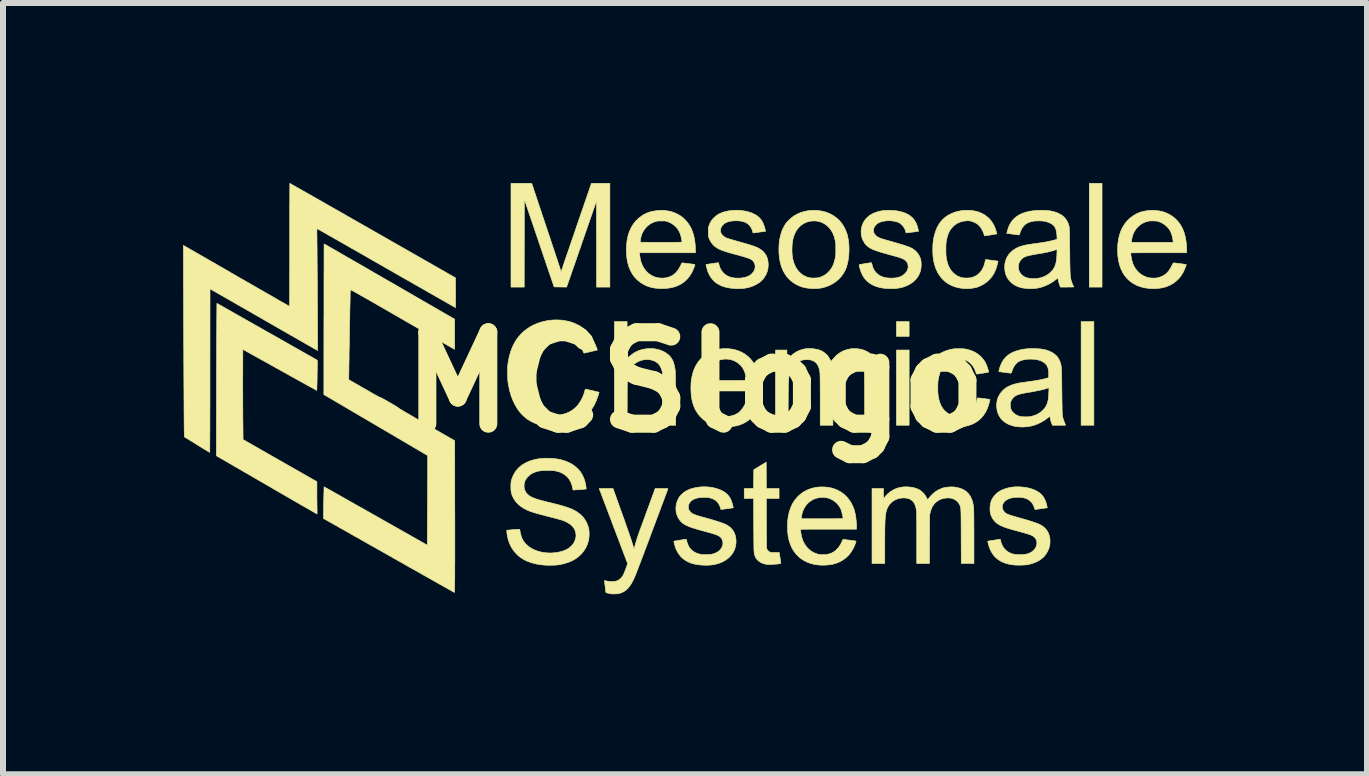
<source format=kicad_pcb>
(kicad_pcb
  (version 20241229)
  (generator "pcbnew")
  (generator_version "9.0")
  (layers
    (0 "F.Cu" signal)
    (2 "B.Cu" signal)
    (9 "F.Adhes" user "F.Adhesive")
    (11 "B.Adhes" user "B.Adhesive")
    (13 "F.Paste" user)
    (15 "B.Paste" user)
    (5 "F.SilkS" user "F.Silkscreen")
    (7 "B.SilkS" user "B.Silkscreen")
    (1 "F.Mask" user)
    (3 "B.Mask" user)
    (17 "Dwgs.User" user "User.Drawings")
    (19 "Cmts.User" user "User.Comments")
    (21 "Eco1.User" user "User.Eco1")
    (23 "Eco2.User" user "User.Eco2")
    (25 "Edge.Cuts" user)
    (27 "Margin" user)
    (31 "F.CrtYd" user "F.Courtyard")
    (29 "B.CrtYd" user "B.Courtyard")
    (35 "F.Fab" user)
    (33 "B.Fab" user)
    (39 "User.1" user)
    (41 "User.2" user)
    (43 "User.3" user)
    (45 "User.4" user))
  (footprint "MCSlogo"
    (layer "F.Cu")
    (at 8.533 3.32)
    (property "Reference" "MCSlogo" (at 0 0 0) (layer "F.SilkS") (effects (font (size 1.524 1.524) (thickness 0.3))))
    (attr through_hole)
    (fp_poly (pts (xy 3.564 -0.766) (xy 3.353 -0.766) (xy 3.353 -1.012) (xy 3.564 -1.012) (xy 3.564 -0.766)) (stroke (width 0.01) (type solid)) (fill yes) (layer "F.SilkS"))
    (fp_poly (pts (xy 3.564 0.715) (xy 3.353 0.715) (xy 3.353 -0.538) (xy 3.564 -0.538) (xy 3.564 0.715)) (stroke (width 0.01) (type solid)) (fill yes) (layer "F.SilkS"))
    (fp_poly (pts (xy 6.642 0.715) (xy 6.43 0.715) (xy 6.43 -1.012) (xy 6.642 -1.012) (xy 6.642 0.715)) (stroke (width 0.01) (type solid)) (fill yes) (layer "F.SilkS"))
    (fp_poly (pts (xy 6.778 -1.587) (xy 6.566 -1.587) (xy 6.566 -3.315) (xy 6.778 -3.315) (xy 6.778 -1.587)) (stroke (width 0.01) (type solid)) (fill yes) (layer "F.SilkS"))
    (fp_poly (pts (xy -1.422 -1.587) (xy -1.643 -1.587) (xy -1.644 -2.305) (xy -1.645 -3.022) (xy -1.886 -2.327) (xy -1.911 -2.252) (xy -1.937 -2.18) (xy -1.961 -2.11) (xy -1.984 -2.043) (xy -2.006 -1.979) (xy -2.027 -1.919) (xy -2.047 -1.863) (xy -2.065 -1.811) (xy -2.081 -1.764) (xy -2.095 -1.723) (xy -2.108 -1.687) (xy -2.118 -1.658) (xy -2.126 -1.635) (xy -2.132 -1.619) (xy -2.135 -1.611) (xy -2.135 -1.61) (xy -2.143 -1.587) (xy -2.351 -1.59) (xy -2.599 -2.32) (xy -2.847 -3.051) (xy -2.848 -2.319) (xy -2.849 -1.587) (xy -3.069 -1.587) (xy -3.069 -3.315) (xy -2.897 -3.315) (xy -2.724 -3.315) (xy -2.512 -2.679) (xy -2.487 -2.606) (xy -2.463 -2.534) (xy -2.44 -2.464) (xy -2.417 -2.396) (xy -2.396 -2.331) (xy -2.375 -2.268) (xy -2.355 -2.21) (xy -2.337 -2.155) (xy -2.321 -2.106) (xy -2.306 -2.061) (xy -2.293 -2.022) (xy -2.282 -1.99) (xy -2.274 -1.964) (xy -2.268 -1.946) (xy -2.266 -1.941) (xy -2.234 -1.839) (xy -2.213 -1.903) (xy -2.209 -1.914) (xy -2.203 -1.932) (xy -2.195 -1.958) (xy -2.184 -1.99) (xy -2.171 -2.028) (xy -2.156 -2.072) (xy -2.139 -2.122) (xy -2.12 -2.175) (xy -2.1 -2.234) (xy -2.079 -2.296) (xy -2.057 -2.361) (xy -2.033 -2.429) (xy -2.009 -2.5) (xy -1.984 -2.573) (xy -1.961 -2.641) (xy -1.729 -3.315) (xy -1.422 -3.315) (xy -1.422 -1.587)) (stroke (width 0.01) (type solid)) (fill yes) (layer "F.SilkS"))
    (fp_poly (pts (xy 1.184 1.55) (xy 1.185 1.77) (xy 1.397 1.77) (xy 1.397 1.935) (xy 1.185 1.935) (xy 1.186 2.348) (xy 1.186 2.417) (xy 1.187 2.477) (xy 1.187 2.53) (xy 1.187 2.576) (xy 1.187 2.616) (xy 1.188 2.65) (xy 1.188 2.678) (xy 1.188 2.702) (xy 1.189 2.721) (xy 1.189 2.736) (xy 1.19 2.749) (xy 1.191 2.758) (xy 1.191 2.765) (xy 1.192 2.771) (xy 1.194 2.775) (xy 1.195 2.778) (xy 1.196 2.782) (xy 1.196 2.782) (xy 1.211 2.804) (xy 1.233 2.821) (xy 1.251 2.83) (xy 1.259 2.833) (xy 1.269 2.835) (xy 1.283 2.836) (xy 1.301 2.836) (xy 1.326 2.836) (xy 1.333 2.836) (xy 1.399 2.834) (xy 1.414 2.924) (xy 1.418 2.951) (xy 1.421 2.974) (xy 1.424 2.994) (xy 1.425 3.008) (xy 1.426 3.016) (xy 1.426 3.016) (xy 1.419 3.019) (xy 1.405 3.022) (xy 1.385 3.025) (xy 1.361 3.028) (xy 1.334 3.03) (xy 1.306 3.032) (xy 1.277 3.033) (xy 1.25 3.034) (xy 1.225 3.035) (xy 1.204 3.034) (xy 1.188 3.033) (xy 1.187 3.033) (xy 1.142 3.022) (xy 1.101 3.006) (xy 1.065 2.984) (xy 1.035 2.958) (xy 1.012 2.928) (xy 0.996 2.894) (xy 0.993 2.885) (xy 0.99 2.877) (xy 0.988 2.869) (xy 0.986 2.86) (xy 0.984 2.85) (xy 0.982 2.838) (xy 0.981 2.824) (xy 0.98 2.807) (xy 0.979 2.787) (xy 0.978 2.763) (xy 0.978 2.735) (xy 0.977 2.703) (xy 0.977 2.665) (xy 0.976 2.621) (xy 0.976 2.57) (xy 0.976 2.513) (xy 0.975 2.449) (xy 0.975 2.376) (xy 0.975 2.374) (xy 0.973 1.935) (xy 0.817 1.935) (xy 0.817 1.77) (xy 0.894 1.769) (xy 0.972 1.767) (xy 0.974 1.612) (xy 0.976 1.456) (xy 1.079 1.393) (xy 1.183 1.33) (xy 1.184 1.55)) (stroke (width 0.01) (type solid)) (fill yes) (layer "F.SilkS"))
    (fp_poly (pts (xy -1.135 -0.705) (xy -1.134 -0.655) (xy -1.134 -0.607) (xy -1.134 -0.563) (xy -1.134 -0.522) (xy -1.134 -0.486) (xy -1.133 -0.456) (xy -1.133 -0.431) (xy -1.133 -0.412) (xy -1.132 -0.401) (xy -1.132 -0.398) (xy -1.128 -0.401) (xy -1.119 -0.408) (xy -1.107 -0.419) (xy -1.093 -0.433) (xy -1.045 -0.472) (xy -0.994 -0.505) (xy -0.938 -0.53) (xy -0.878 -0.548) (xy -0.813 -0.559) (xy -0.743 -0.563) (xy -0.743 -0.563) (xy -0.687 -0.56) (xy -0.632 -0.55) (xy -0.58 -0.535) (xy -0.531 -0.515) (xy -0.486 -0.489) (xy -0.447 -0.459) (xy -0.414 -0.426) (xy -0.408 -0.418) (xy -0.388 -0.387) (xy -0.371 -0.355) (xy -0.357 -0.318) (xy -0.346 -0.275) (xy -0.337 -0.226) (xy -0.336 -0.22) (xy -0.335 -0.212) (xy -0.334 -0.202) (xy -0.333 -0.191) (xy -0.332 -0.177) (xy -0.331 -0.16) (xy -0.331 -0.14) (xy -0.33 -0.116) (xy -0.329 -0.088) (xy -0.329 -0.054) (xy -0.329 -0.015) (xy -0.328 0.03) (xy -0.328 0.081) (xy -0.328 0.139) (xy -0.327 0.205) (xy -0.327 0.27) (xy -0.325 0.715) (xy -0.537 0.715) (xy -0.539 0.285) (xy -0.539 0.215) (xy -0.539 0.153) (xy -0.54 0.098) (xy -0.54 0.051) (xy -0.54 0.009) (xy -0.54 -0.026) (xy -0.541 -0.056) (xy -0.541 -0.082) (xy -0.542 -0.103) (xy -0.542 -0.12) (xy -0.543 -0.134) (xy -0.544 -0.146) (xy -0.544 -0.155) (xy -0.545 -0.163) (xy -0.547 -0.17) (xy -0.548 -0.176) (xy -0.549 -0.182) (xy -0.55 -0.183) (xy -0.563 -0.225) (xy -0.58 -0.263) (xy -0.601 -0.295) (xy -0.625 -0.32) (xy -0.627 -0.322) (xy -0.663 -0.347) (xy -0.704 -0.364) (xy -0.747 -0.375) (xy -0.792 -0.38) (xy -0.838 -0.378) (xy -0.884 -0.37) (xy -0.928 -0.355) (xy -0.971 -0.335) (xy -1.01 -0.309) (xy -1.046 -0.277) (xy -1.049 -0.273) (xy -1.071 -0.246) (xy -1.089 -0.217) (xy -1.104 -0.184) (xy -1.115 -0.146) (xy -1.123 -0.112) (xy -1.125 -0.105) (xy -1.126 -0.097) (xy -1.127 -0.089) (xy -1.128 -0.08) (xy -1.129 -0.068) (xy -1.13 -0.055) (xy -1.13 -0.038) (xy -1.131 -0.019) (xy -1.131 0.005) (xy -1.132 0.034) (xy -1.132 0.068) (xy -1.132 0.107) (xy -1.133 0.153) (xy -1.133 0.205) (xy -1.133 0.265) (xy -1.133 0.323) (xy -1.135 0.715) (xy -1.346 0.715) (xy -1.346 -1.012) (xy -1.135 -1.012) (xy -1.135 -0.705)) (stroke (width 0.01) (type solid)) (fill yes) (layer "F.SilkS"))
    (fp_poly (pts (xy -7.14 -0.846) (xy -7.062 -0.802) (xy -6.987 -0.76) (xy -6.913 -0.718) (xy -6.842 -0.678) (xy -6.774 -0.639) (xy -6.709 -0.602) (xy -6.648 -0.568) (xy -6.59 -0.535) (xy -6.537 -0.505) (xy -6.488 -0.477) (xy -6.445 -0.452) (xy -6.406 -0.431) (xy -6.373 -0.412) (xy -6.346 -0.397) (xy -6.325 -0.385) (xy -6.311 -0.377) (xy -6.304 -0.372) (xy -6.303 -0.372) (xy -6.301 -0.37) (xy -6.3 -0.368) (xy -6.298 -0.365) (xy -6.297 -0.36) (xy -6.297 -0.353) (xy -6.296 -0.342) (xy -6.296 -0.327) (xy -6.296 -0.308) (xy -6.296 -0.283) (xy -6.297 -0.253) (xy -6.297 -0.217) (xy -6.298 -0.173) (xy -6.299 -0.121) (xy -6.299 -0.117) (xy -6.299 -0.072) (xy -6.3 -0.029) (xy -6.301 0.01) (xy -6.302 0.045) (xy -6.303 0.075) (xy -6.303 0.1) (xy -6.304 0.119) (xy -6.304 0.13) (xy -6.305 0.134) (xy -6.309 0.132) (xy -6.32 0.127) (xy -6.337 0.117) (xy -6.361 0.104) (xy -6.39 0.088) (xy -6.425 0.069) (xy -6.466 0.047) (xy -6.51 0.022) (xy -6.559 -0.005) (xy -6.613 -0.035) (xy -6.669 -0.066) (xy -6.729 -0.099) (xy -6.791 -0.134) (xy -6.856 -0.17) (xy -6.922 -0.207) (xy -7.537 -0.549) (xy -7.538 -0.132) (xy -7.539 -0.063) (xy -7.539 0.01) (xy -7.539 0.086) (xy -7.538 0.164) (xy -7.538 0.243) (xy -7.538 0.321) (xy -7.538 0.396) (xy -7.537 0.468) (xy -7.537 0.534) (xy -7.537 0.594) (xy -7.536 0.62) (xy -7.533 0.954) (xy -6.918 1.305) (xy -6.303 1.656) (xy -6.303 1.819) (xy -6.303 1.862) (xy -6.303 1.906) (xy -6.303 1.951) (xy -6.302 1.994) (xy -6.302 2.034) (xy -6.301 2.068) (xy -6.301 2.088) (xy -6.3 2.12) (xy -6.3 2.147) (xy -6.3 2.169) (xy -6.3 2.184) (xy -6.301 2.192) (xy -6.302 2.193) (xy -6.306 2.191) (xy -6.317 2.185) (xy -6.334 2.174) (xy -6.358 2.161) (xy -6.388 2.144) (xy -6.424 2.123) (xy -6.465 2.099) (xy -6.511 2.073) (xy -6.562 2.044) (xy -6.617 2.012) (xy -6.676 1.978) (xy -6.739 1.941) (xy -6.806 1.903) (xy -6.875 1.863) (xy -6.948 1.821) (xy -7.022 1.778) (xy -7.099 1.733) (xy -7.142 1.708) (xy -7.978 1.224) (xy -7.976 0.308) (xy -7.976 0.215) (xy -7.976 0.121) (xy -7.975 0.027) (xy -7.975 -0.067) (xy -7.975 -0.16) (xy -7.975 -0.252) (xy -7.974 -0.341) (xy -7.974 -0.428) (xy -7.974 -0.511) (xy -7.974 -0.591) (xy -7.973 -0.665) (xy -7.973 -0.735) (xy -7.973 -0.799) (xy -7.972 -0.856) (xy -7.972 -0.906) (xy -7.972 -0.949) (xy -7.972 -0.962) (xy -7.969 -1.316) (xy -7.14 -0.846)) (stroke (width 0.01) (type solid)) (fill yes) (layer "F.SilkS"))
    (fp_poly (pts (xy 2.04 -2.863) (xy 2.041 -2.863) (xy 2.111 -2.853) (xy 2.178 -2.836) (xy 2.24 -2.811) (xy 2.298 -2.78) (xy 2.351 -2.742) (xy 2.399 -2.699) (xy 2.441 -2.649) (xy 2.477 -2.594) (xy 2.507 -2.533) (xy 2.531 -2.468) (xy 2.539 -2.438) (xy 2.551 -2.376) (xy 2.559 -2.311) (xy 2.563 -2.243) (xy 2.562 -2.175) (xy 2.558 -2.107) (xy 2.55 -2.042) (xy 2.537 -1.98) (xy 2.521 -1.923) (xy 2.505 -1.88) (xy 2.475 -1.823) (xy 2.438 -1.77) (xy 2.395 -1.722) (xy 2.346 -1.68) (xy 2.292 -1.643) (xy 2.233 -1.613) (xy 2.17 -1.589) (xy 2.104 -1.572) (xy 2.047 -1.565) (xy 1.983 -1.562) (xy 1.914 -1.565) (xy 1.913 -1.565) (xy 1.854 -1.572) (xy 1.8 -1.583) (xy 1.749 -1.6) (xy 1.699 -1.623) (xy 1.687 -1.628) (xy 1.631 -1.663) (xy 1.58 -1.704) (xy 1.535 -1.75) (xy 1.497 -1.803) (xy 1.464 -1.861) (xy 1.438 -1.924) (xy 1.418 -1.993) (xy 1.404 -2.067) (xy 1.396 -2.147) (xy 1.395 -2.218) (xy 1.612 -2.218) (xy 1.613 -2.16) (xy 1.618 -2.104) (xy 1.626 -2.055) (xy 1.641 -1.996) (xy 1.663 -1.942) (xy 1.69 -1.893) (xy 1.722 -1.85) (xy 1.76 -1.813) (xy 1.803 -1.783) (xy 1.849 -1.759) (xy 1.864 -1.754) (xy 1.889 -1.746) (xy 1.914 -1.741) (xy 1.941 -1.738) (xy 1.972 -1.737) (xy 1.996 -1.738) (xy 2.021 -1.739) (xy 2.04 -1.741) (xy 2.058 -1.744) (xy 2.075 -1.749) (xy 2.085 -1.752) (xy 2.132 -1.772) (xy 2.174 -1.797) (xy 2.212 -1.829) (xy 2.213 -1.83) (xy 2.246 -1.866) (xy 2.273 -1.904) (xy 2.295 -1.946) (xy 2.313 -1.994) (xy 2.328 -2.049) (xy 2.331 -2.062) (xy 2.335 -2.079) (xy 2.337 -2.095) (xy 2.339 -2.11) (xy 2.341 -2.126) (xy 2.342 -2.144) (xy 2.342 -2.167) (xy 2.342 -2.196) (xy 2.342 -2.216) (xy 2.342 -2.249) (xy 2.342 -2.275) (xy 2.342 -2.295) (xy 2.341 -2.312) (xy 2.339 -2.327) (xy 2.337 -2.341) (xy 2.334 -2.356) (xy 2.331 -2.369) (xy 2.315 -2.43) (xy 2.293 -2.484) (xy 2.266 -2.532) (xy 2.233 -2.575) (xy 2.195 -2.612) (xy 2.15 -2.644) (xy 2.15 -2.644) (xy 2.106 -2.666) (xy 2.059 -2.681) (xy 2.009 -2.689) (xy 1.958 -2.689) (xy 1.907 -2.683) (xy 1.866 -2.672) (xy 1.817 -2.651) (xy 1.772 -2.623) (xy 1.733 -2.588) (xy 1.699 -2.548) (xy 1.67 -2.501) (xy 1.647 -2.448) (xy 1.629 -2.389) (xy 1.627 -2.379) (xy 1.619 -2.33) (xy 1.614 -2.275) (xy 1.612 -2.218) (xy 1.395 -2.218) (xy 1.395 -2.232) (xy 1.397 -2.288) (xy 1.399 -2.319) (xy 1.401 -2.344) (xy 1.404 -2.365) (xy 1.408 -2.386) (xy 1.413 -2.409) (xy 1.419 -2.436) (xy 1.421 -2.442) (xy 1.429 -2.472) (xy 1.436 -2.496) (xy 1.443 -2.516) (xy 1.451 -2.537) (xy 1.461 -2.559) (xy 1.469 -2.575) (xy 1.483 -2.6) (xy 1.494 -2.62) (xy 1.505 -2.638) (xy 1.518 -2.655) (xy 1.534 -2.674) (xy 1.54 -2.681) (xy 1.588 -2.728) (xy 1.64 -2.769) (xy 1.697 -2.802) (xy 1.758 -2.829) (xy 1.823 -2.848) (xy 1.892 -2.861) (xy 1.964 -2.866) (xy 2.04 -2.863)) (stroke (width 0.01) (type solid)) (fill yes) (layer "F.SilkS"))
    (fp_poly (pts (xy -1.369 1.77) (xy -1.239 2.133) (xy -1.208 2.22) (xy -1.179 2.3) (xy -1.154 2.372) (xy -1.131 2.438) (xy -1.11 2.497) (xy -1.092 2.549) (xy -1.076 2.596) (xy -1.063 2.636) (xy -1.052 2.672) (xy -1.042 2.702) (xy -1.035 2.727) (xy -1.033 2.736) (xy -1.028 2.752) (xy -1.024 2.765) (xy -1.021 2.772) (xy -1.02 2.773) (xy -1.017 2.769) (xy -1.014 2.759) (xy -1.01 2.745) (xy -1.01 2.744) (xy -1.004 2.722) (xy -0.996 2.693) (xy -0.986 2.659) (xy -0.975 2.623) (xy -0.963 2.586) (xy -0.951 2.55) (xy -0.94 2.517) (xy -0.932 2.496) (xy -0.927 2.481) (xy -0.919 2.459) (xy -0.909 2.431) (xy -0.896 2.397) (xy -0.882 2.358) (xy -0.866 2.315) (xy -0.849 2.268) (xy -0.831 2.219) (xy -0.813 2.168) (xy -0.794 2.116) (xy -0.787 2.099) (xy -0.667 1.77) (xy -0.559 1.77) (xy -0.527 1.77) (xy -0.501 1.77) (xy -0.482 1.77) (xy -0.469 1.771) (xy -0.461 1.771) (xy -0.456 1.773) (xy -0.455 1.774) (xy -0.455 1.777) (xy -0.455 1.777) (xy -0.457 1.782) (xy -0.461 1.794) (xy -0.469 1.813) (xy -0.478 1.839) (xy -0.49 1.871) (xy -0.505 1.909) (xy -0.521 1.953) (xy -0.539 2.001) (xy -0.559 2.054) (xy -0.58 2.111) (xy -0.603 2.172) (xy -0.627 2.236) (xy -0.652 2.302) (xy -0.678 2.372) (xy -0.697 2.424) (xy -0.733 2.518) (xy -0.765 2.606) (xy -0.795 2.686) (xy -0.823 2.759) (xy -0.848 2.826) (xy -0.87 2.886) (xy -0.891 2.941) (xy -0.91 2.99) (xy -0.927 3.034) (xy -0.942 3.074) (xy -0.955 3.109) (xy -0.967 3.14) (xy -0.978 3.167) (xy -0.987 3.191) (xy -0.996 3.212) (xy -1.003 3.23) (xy -1.01 3.246) (xy -1.016 3.261) (xy -1.022 3.273) (xy -1.026 3.282) (xy -1.055 3.339) (xy -1.086 3.387) (xy -1.118 3.428) (xy -1.154 3.462) (xy -1.191 3.488) (xy -1.232 3.507) (xy -1.276 3.521) (xy -1.291 3.523) (xy -1.311 3.524) (xy -1.335 3.525) (xy -1.36 3.526) (xy -1.383 3.525) (xy -1.401 3.524) (xy -1.41 3.523) (xy -1.422 3.521) (xy -1.437 3.517) (xy -1.453 3.513) (xy -1.468 3.508) (xy -1.48 3.505) (xy -1.487 3.502) (xy -1.488 3.502) (xy -1.489 3.497) (xy -1.491 3.485) (xy -1.493 3.467) (xy -1.496 3.446) (xy -1.498 3.422) (xy -1.501 3.397) (xy -1.504 3.373) (xy -1.507 3.35) (xy -1.509 3.33) (xy -1.51 3.315) (xy -1.511 3.306) (xy -1.511 3.304) (xy -1.506 3.304) (xy -1.496 3.306) (xy -1.486 3.308) (xy -1.444 3.317) (xy -1.401 3.32) (xy -1.36 3.319) (xy -1.322 3.313) (xy -1.298 3.306) (xy -1.276 3.294) (xy -1.253 3.277) (xy -1.232 3.257) (xy -1.213 3.234) (xy -1.203 3.218) (xy -1.193 3.198) (xy -1.181 3.17) (xy -1.168 3.137) (xy -1.154 3.101) (xy -1.141 3.065) (xy -1.126 3.02) (xy -1.357 2.411) (xy -1.383 2.342) (xy -1.408 2.275) (xy -1.433 2.21) (xy -1.456 2.148) (xy -1.478 2.09) (xy -1.499 2.035) (xy -1.518 1.985) (xy -1.536 1.939) (xy -1.551 1.898) (xy -1.564 1.863) (xy -1.575 1.834) (xy -1.584 1.811) (xy -1.59 1.795) (xy -1.593 1.787) (xy -1.594 1.785) (xy -1.6 1.77) (xy -1.369 1.77)) (stroke (width 0.01) (type solid)) (fill yes) (layer "F.SilkS"))
    (fp_poly (pts (xy 3.542 1.742) (xy 3.602 1.748) (xy 3.655 1.759) (xy 3.702 1.775) (xy 3.743 1.796) (xy 3.78 1.824) (xy 3.812 1.857) (xy 3.84 1.896) (xy 3.854 1.922) (xy 3.872 1.956) (xy 3.911 1.909) (xy 3.951 1.865) (xy 3.994 1.828) (xy 4.041 1.798) (xy 4.085 1.777) (xy 4.107 1.768) (xy 4.125 1.761) (xy 4.143 1.756) (xy 4.162 1.752) (xy 4.187 1.748) (xy 4.193 1.748) (xy 4.239 1.743) (xy 4.28 1.742) (xy 4.32 1.745) (xy 4.362 1.752) (xy 4.379 1.756) (xy 4.431 1.771) (xy 4.478 1.793) (xy 4.518 1.821) (xy 4.553 1.856) (xy 4.582 1.896) (xy 4.605 1.943) (xy 4.623 1.996) (xy 4.635 2.055) (xy 4.64 2.1) (xy 4.64 2.111) (xy 4.641 2.13) (xy 4.641 2.156) (xy 4.642 2.188) (xy 4.642 2.227) (xy 4.643 2.27) (xy 4.643 2.319) (xy 4.643 2.371) (xy 4.644 2.426) (xy 4.644 2.485) (xy 4.644 2.545) (xy 4.644 2.583) (xy 4.644 3.018) (xy 4.433 3.018) (xy 4.431 2.571) (xy 4.431 2.497) (xy 4.431 2.431) (xy 4.43 2.372) (xy 4.43 2.321) (xy 4.43 2.275) (xy 4.429 2.236) (xy 4.429 2.202) (xy 4.428 2.173) (xy 4.427 2.149) (xy 4.426 2.128) (xy 4.425 2.111) (xy 4.423 2.097) (xy 4.421 2.085) (xy 4.419 2.075) (xy 4.416 2.066) (xy 4.414 2.058) (xy 4.41 2.05) (xy 4.407 2.042) (xy 4.403 2.034) (xy 4.383 2.003) (xy 4.357 1.976) (xy 4.326 1.954) (xy 4.29 1.938) (xy 4.273 1.932) (xy 4.238 1.927) (xy 4.2 1.926) (xy 4.159 1.93) (xy 4.12 1.938) (xy 4.084 1.951) (xy 4.068 1.959) (xy 4.029 1.983) (xy 3.996 2.011) (xy 3.969 2.044) (xy 3.946 2.081) (xy 3.928 2.125) (xy 3.917 2.165) (xy 3.906 2.208) (xy 3.904 2.613) (xy 3.903 3.018) (xy 3.691 3.018) (xy 3.691 2.6) (xy 3.691 2.53) (xy 3.691 2.463) (xy 3.691 2.402) (xy 3.691 2.347) (xy 3.69 2.297) (xy 3.69 2.253) (xy 3.689 2.216) (xy 3.689 2.186) (xy 3.688 2.163) (xy 3.687 2.148) (xy 3.687 2.144) (xy 3.679 2.093) (xy 3.666 2.049) (xy 3.649 2.012) (xy 3.626 1.982) (xy 3.599 1.959) (xy 3.567 1.942) (xy 3.529 1.931) (xy 3.486 1.926) (xy 3.473 1.926) (xy 3.434 1.928) (xy 3.399 1.933) (xy 3.365 1.944) (xy 3.332 1.958) (xy 3.291 1.983) (xy 3.256 2.014) (xy 3.226 2.05) (xy 3.202 2.093) (xy 3.192 2.119) (xy 3.186 2.136) (xy 3.182 2.153) (xy 3.178 2.17) (xy 3.174 2.19) (xy 3.171 2.212) (xy 3.168 2.236) (xy 3.166 2.264) (xy 3.164 2.295) (xy 3.162 2.331) (xy 3.161 2.372) (xy 3.16 2.418) (xy 3.159 2.47) (xy 3.159 2.529) (xy 3.158 2.595) (xy 3.158 2.669) (xy 3.158 2.706) (xy 3.158 3.018) (xy 2.946 3.018) (xy 2.946 1.77) (xy 3.137 1.77) (xy 3.137 1.852) (xy 3.137 1.877) (xy 3.137 1.9) (xy 3.138 1.917) (xy 3.139 1.929) (xy 3.14 1.934) (xy 3.14 1.935) (xy 3.144 1.931) (xy 3.151 1.923) (xy 3.16 1.911) (xy 3.16 1.911) (xy 3.183 1.883) (xy 3.213 1.854) (xy 3.247 1.827) (xy 3.283 1.803) (xy 3.32 1.782) (xy 3.325 1.78) (xy 3.368 1.763) (xy 3.417 1.751) (xy 3.468 1.743) (xy 3.52 1.741) (xy 3.542 1.742)) (stroke (width 0.01) (type solid)) (fill yes) (layer "F.SilkS"))
    (fp_poly (pts (xy 4.429 -0.56) (xy 4.453 -0.56) (xy 4.472 -0.558) (xy 4.489 -0.557) (xy 4.505 -0.554) (xy 4.523 -0.551) (xy 4.53 -0.549) (xy 4.593 -0.531) (xy 4.65 -0.507) (xy 4.702 -0.476) (xy 4.748 -0.44) (xy 4.788 -0.397) (xy 4.823 -0.349) (xy 4.847 -0.303) (xy 4.855 -0.284) (xy 4.863 -0.262) (xy 4.871 -0.24) (xy 4.878 -0.219) (xy 4.883 -0.199) (xy 4.887 -0.184) (xy 4.888 -0.173) (xy 4.887 -0.17) (xy 4.882 -0.168) (xy 4.87 -0.166) (xy 4.853 -0.163) (xy 4.832 -0.159) (xy 4.808 -0.155) (xy 4.783 -0.151) (xy 4.758 -0.147) (xy 4.735 -0.144) (xy 4.716 -0.141) (xy 4.7 -0.139) (xy 4.693 -0.138) (xy 4.688 -0.139) (xy 4.684 -0.145) (xy 4.679 -0.156) (xy 4.676 -0.167) (xy 4.656 -0.218) (xy 4.631 -0.263) (xy 4.601 -0.301) (xy 4.567 -0.333) (xy 4.529 -0.358) (xy 4.486 -0.375) (xy 4.441 -0.385) (xy 4.392 -0.388) (xy 4.362 -0.386) (xy 4.308 -0.375) (xy 4.258 -0.358) (xy 4.212 -0.333) (xy 4.171 -0.302) (xy 4.135 -0.263) (xy 4.118 -0.24) (xy 4.098 -0.207) (xy 4.081 -0.169) (xy 4.067 -0.126) (xy 4.055 -0.075) (xy 4.053 -0.067) (xy 4.05 -0.048) (xy 4.047 -0.031) (xy 4.045 -0.015) (xy 4.044 0.002) (xy 4.043 0.021) (xy 4.042 0.045) (xy 4.042 0.076) (xy 4.042 0.089) (xy 4.042 0.123) (xy 4.043 0.15) (xy 4.043 0.172) (xy 4.045 0.191) (xy 4.047 0.209) (xy 4.049 0.228) (xy 4.053 0.248) (xy 4.065 0.305) (xy 4.082 0.355) (xy 4.102 0.399) (xy 4.127 0.438) (xy 4.157 0.473) (xy 4.168 0.483) (xy 4.206 0.514) (xy 4.246 0.538) (xy 4.289 0.554) (xy 4.336 0.564) (xy 4.389 0.568) (xy 4.399 0.568) (xy 4.449 0.563) (xy 4.496 0.551) (xy 4.539 0.532) (xy 4.577 0.506) (xy 4.612 0.473) (xy 4.641 0.434) (xy 4.665 0.39) (xy 4.684 0.34) (xy 4.695 0.292) (xy 4.698 0.277) (xy 4.702 0.266) (xy 4.705 0.26) (xy 4.705 0.26) (xy 4.711 0.26) (xy 4.723 0.261) (xy 4.74 0.263) (xy 4.762 0.265) (xy 4.786 0.268) (xy 4.812 0.271) (xy 4.837 0.274) (xy 4.861 0.278) (xy 4.881 0.28) (xy 4.897 0.283) (xy 4.907 0.285) (xy 4.91 0.286) (xy 4.91 0.291) (xy 4.908 0.303) (xy 4.904 0.32) (xy 4.899 0.34) (xy 4.892 0.362) (xy 4.885 0.385) (xy 4.878 0.407) (xy 4.871 0.427) (xy 4.869 0.432) (xy 4.841 0.491) (xy 4.807 0.545) (xy 4.768 0.592) (xy 4.722 0.634) (xy 4.672 0.669) (xy 4.616 0.698) (xy 4.556 0.719) (xy 4.492 0.734) (xy 4.439 0.741) (xy 4.418 0.742) (xy 4.401 0.744) (xy 4.388 0.744) (xy 4.381 0.744) (xy 4.375 0.744) (xy 4.362 0.743) (xy 4.344 0.741) (xy 4.323 0.739) (xy 4.318 0.739) (xy 4.25 0.729) (xy 4.186 0.711) (xy 4.126 0.687) (xy 4.071 0.656) (xy 4.021 0.618) (xy 3.976 0.574) (xy 3.936 0.523) (xy 3.902 0.467) (xy 3.874 0.405) (xy 3.852 0.337) (xy 3.846 0.312) (xy 3.835 0.255) (xy 3.828 0.192) (xy 3.823 0.126) (xy 3.823 0.061) (xy 3.826 -0.002) (xy 3.831 -0.047) (xy 3.845 -0.124) (xy 3.864 -0.196) (xy 3.889 -0.26) (xy 3.919 -0.319) (xy 3.955 -0.371) (xy 3.996 -0.416) (xy 4.043 -0.456) (xy 4.096 -0.489) (xy 4.154 -0.517) (xy 4.194 -0.531) (xy 4.228 -0.541) (xy 4.257 -0.549) (xy 4.284 -0.554) (xy 4.313 -0.558) (xy 4.344 -0.56) (xy 4.38 -0.56) (xy 4.398 -0.56) (xy 4.429 -0.56)) (stroke (width 0.01) (type solid)) (fill yes) (layer "F.SilkS"))
    (fp_poly (pts (xy 4.591 -2.864) (xy 4.66 -2.854) (xy 4.665 -2.853) (xy 4.725 -2.836) (xy 4.78 -2.813) (xy 4.832 -2.783) (xy 4.878 -2.747) (xy 4.919 -2.705) (xy 4.954 -2.657) (xy 4.982 -2.605) (xy 4.984 -2.6) (xy 4.992 -2.582) (xy 5 -2.561) (xy 5.007 -2.539) (xy 5.014 -2.518) (xy 5.019 -2.5) (xy 5.022 -2.485) (xy 5.024 -2.476) (xy 5.023 -2.473) (xy 5.019 -2.472) (xy 5.007 -2.47) (xy 4.989 -2.467) (xy 4.966 -2.463) (xy 4.94 -2.458) (xy 4.92 -2.455) (xy 4.82 -2.44) (xy 4.809 -2.474) (xy 4.789 -2.525) (xy 4.764 -2.57) (xy 4.734 -2.608) (xy 4.699 -2.639) (xy 4.658 -2.663) (xy 4.614 -2.68) (xy 4.598 -2.685) (xy 4.579 -2.689) (xy 4.561 -2.691) (xy 4.543 -2.692) (xy 4.52 -2.691) (xy 4.516 -2.691) (xy 4.461 -2.684) (xy 4.411 -2.669) (xy 4.364 -2.648) (xy 4.322 -2.62) (xy 4.3 -2.6) (xy 4.27 -2.568) (xy 4.246 -2.534) (xy 4.226 -2.497) (xy 4.209 -2.456) (xy 4.196 -2.408) (xy 4.188 -2.375) (xy 4.185 -2.357) (xy 4.182 -2.341) (xy 4.18 -2.325) (xy 4.179 -2.308) (xy 4.178 -2.288) (xy 4.177 -2.263) (xy 4.177 -2.232) (xy 4.177 -2.218) (xy 4.177 -2.184) (xy 4.177 -2.156) (xy 4.178 -2.133) (xy 4.179 -2.114) (xy 4.181 -2.097) (xy 4.183 -2.08) (xy 4.186 -2.061) (xy 4.186 -2.06) (xy 4.192 -2.032) (xy 4.199 -2.003) (xy 4.207 -1.976) (xy 4.212 -1.959) (xy 4.234 -1.91) (xy 4.262 -1.865) (xy 4.296 -1.827) (xy 4.334 -1.794) (xy 4.377 -1.768) (xy 4.422 -1.75) (xy 4.439 -1.745) (xy 4.454 -1.742) (xy 4.47 -1.74) (xy 4.488 -1.739) (xy 4.512 -1.738) (xy 4.517 -1.738) (xy 4.546 -1.738) (xy 4.57 -1.74) (xy 4.589 -1.742) (xy 4.606 -1.746) (xy 4.652 -1.762) (xy 4.693 -1.784) (xy 4.73 -1.814) (xy 4.762 -1.85) (xy 4.789 -1.892) (xy 4.81 -1.94) (xy 4.826 -1.993) (xy 4.83 -2.014) (xy 4.833 -2.03) (xy 4.836 -2.039) (xy 4.839 -2.043) (xy 4.844 -2.045) (xy 4.847 -2.045) (xy 4.854 -2.044) (xy 4.868 -2.043) (xy 4.887 -2.04) (xy 4.909 -2.038) (xy 4.933 -2.034) (xy 4.959 -2.031) (xy 4.983 -2.028) (xy 5.005 -2.025) (xy 5.023 -2.022) (xy 5.037 -2.02) (xy 5.044 -2.019) (xy 5.044 -2.018) (xy 5.044 -2.013) (xy 5.042 -2.002) (xy 5.038 -1.985) (xy 5.033 -1.965) (xy 5.027 -1.943) (xy 5.02 -1.921) (xy 5.014 -1.899) (xy 5.007 -1.881) (xy 5.004 -1.871) (xy 4.977 -1.814) (xy 4.943 -1.761) (xy 4.903 -1.714) (xy 4.858 -1.672) (xy 4.808 -1.637) (xy 4.754 -1.608) (xy 4.697 -1.585) (xy 4.636 -1.571) (xy 4.583 -1.564) (xy 4.564 -1.563) (xy 4.547 -1.562) (xy 4.536 -1.561) (xy 4.532 -1.56) (xy 4.525 -1.56) (xy 4.511 -1.561) (xy 4.492 -1.562) (xy 4.47 -1.564) (xy 4.462 -1.564) (xy 4.393 -1.574) (xy 4.327 -1.591) (xy 4.267 -1.614) (xy 4.211 -1.645) (xy 4.16 -1.682) (xy 4.114 -1.726) (xy 4.074 -1.776) (xy 4.039 -1.832) (xy 4.01 -1.893) (xy 3.988 -1.96) (xy 3.979 -1.994) (xy 3.971 -2.034) (xy 3.965 -2.074) (xy 3.961 -2.116) (xy 3.959 -2.162) (xy 3.958 -2.214) (xy 3.958 -2.228) (xy 3.961 -2.307) (xy 3.97 -2.383) (xy 3.986 -2.455) (xy 4.007 -2.522) (xy 4.033 -2.585) (xy 4.065 -2.641) (xy 4.083 -2.667) (xy 4.122 -2.711) (xy 4.166 -2.751) (xy 4.216 -2.785) (xy 4.271 -2.813) (xy 4.33 -2.836) (xy 4.392 -2.852) (xy 4.456 -2.863) (xy 4.523 -2.866) (xy 4.591 -2.864)) (stroke (width 0.01) (type solid)) (fill yes) (layer "F.SilkS"))
    (fp_poly (pts (xy 1.947 -0.561) (xy 1.991 -0.556) (xy 2.032 -0.549) (xy 2.067 -0.539) (xy 2.07 -0.538) (xy 2.105 -0.523) (xy 2.14 -0.502) (xy 2.172 -0.478) (xy 2.199 -0.452) (xy 2.215 -0.432) (xy 2.224 -0.419) (xy 2.234 -0.401) (xy 2.244 -0.383) (xy 2.246 -0.38) (xy 2.263 -0.348) (xy 2.301 -0.394) (xy 2.342 -0.439) (xy 2.386 -0.476) (xy 2.434 -0.507) (xy 2.481 -0.529) (xy 2.534 -0.547) (xy 2.588 -0.558) (xy 2.644 -0.562) (xy 2.7 -0.56) (xy 2.754 -0.552) (xy 2.805 -0.538) (xy 2.853 -0.518) (xy 2.896 -0.493) (xy 2.91 -0.482) (xy 2.943 -0.451) (xy 2.971 -0.412) (xy 2.993 -0.368) (xy 3.011 -0.317) (xy 3.024 -0.26) (xy 3.031 -0.203) (xy 3.032 -0.192) (xy 3.032 -0.173) (xy 3.033 -0.147) (xy 3.033 -0.115) (xy 3.034 -0.076) (xy 3.034 -0.033) (xy 3.034 0.016) (xy 3.035 0.068) (xy 3.035 0.123) (xy 3.035 0.182) (xy 3.035 0.242) (xy 3.035 0.28) (xy 3.035 0.715) (xy 2.824 0.715) (xy 2.822 0.268) (xy 2.822 0.196) (xy 2.822 0.133) (xy 2.822 0.077) (xy 2.822 0.028) (xy 2.821 -0.015) (xy 2.821 -0.051) (xy 2.821 -0.083) (xy 2.82 -0.109) (xy 2.82 -0.131) (xy 2.819 -0.15) (xy 2.819 -0.165) (xy 2.818 -0.177) (xy 2.817 -0.187) (xy 2.816 -0.195) (xy 2.815 -0.202) (xy 2.814 -0.208) (xy 2.813 -0.214) (xy 2.812 -0.217) (xy 2.805 -0.241) (xy 2.799 -0.261) (xy 2.79 -0.277) (xy 2.779 -0.295) (xy 2.774 -0.301) (xy 2.75 -0.328) (xy 2.72 -0.349) (xy 2.686 -0.365) (xy 2.648 -0.374) (xy 2.608 -0.379) (xy 2.567 -0.377) (xy 2.526 -0.37) (xy 2.485 -0.357) (xy 2.446 -0.338) (xy 2.41 -0.313) (xy 2.404 -0.308) (xy 2.372 -0.276) (xy 2.345 -0.237) (xy 2.324 -0.192) (xy 2.308 -0.14) (xy 2.307 -0.135) (xy 2.305 -0.129) (xy 2.304 -0.122) (xy 2.302 -0.115) (xy 2.301 -0.107) (xy 2.3 -0.098) (xy 2.3 -0.087) (xy 2.299 -0.074) (xy 2.298 -0.057) (xy 2.298 -0.037) (xy 2.297 -0.012) (xy 2.297 0.017) (xy 2.297 0.051) (xy 2.296 0.091) (xy 2.296 0.138) (xy 2.296 0.191) (xy 2.296 0.252) (xy 2.296 0.31) (xy 2.294 0.715) (xy 2.083 0.715) (xy 2.083 0.3) (xy 2.083 0.233) (xy 2.083 0.169) (xy 2.082 0.11) (xy 2.082 0.055) (xy 2.082 0.006) (xy 2.081 -0.039) (xy 2.081 -0.077) (xy 2.08 -0.108) (xy 2.08 -0.132) (xy 2.079 -0.149) (xy 2.078 -0.157) (xy 2.071 -0.207) (xy 2.059 -0.25) (xy 2.042 -0.287) (xy 2.021 -0.317) (xy 1.995 -0.341) (xy 1.964 -0.359) (xy 1.933 -0.37) (xy 1.91 -0.375) (xy 1.881 -0.377) (xy 1.851 -0.378) (xy 1.82 -0.376) (xy 1.793 -0.372) (xy 1.789 -0.371) (xy 1.746 -0.357) (xy 1.706 -0.337) (xy 1.67 -0.311) (xy 1.638 -0.28) (xy 1.612 -0.246) (xy 1.596 -0.218) (xy 1.589 -0.201) (xy 1.583 -0.185) (xy 1.577 -0.168) (xy 1.572 -0.15) (xy 1.568 -0.13) (xy 1.564 -0.108) (xy 1.561 -0.084) (xy 1.558 -0.057) (xy 1.556 -0.025) (xy 1.554 0.01) (xy 1.552 0.051) (xy 1.551 0.097) (xy 1.551 0.149) (xy 1.55 0.207) (xy 1.55 0.272) (xy 1.549 0.345) (xy 1.549 0.391) (xy 1.549 0.715) (xy 1.338 0.715) (xy 1.338 -0.538) (xy 1.528 -0.538) (xy 1.528 -0.452) (xy 1.529 -0.366) (xy 1.542 -0.383) (xy 1.586 -0.431) (xy 1.632 -0.472) (xy 1.681 -0.505) (xy 1.733 -0.531) (xy 1.79 -0.549) (xy 1.826 -0.557) (xy 1.862 -0.562) (xy 1.904 -0.563) (xy 1.947 -0.561)) (stroke (width 0.01) (type solid)) (fill yes) (layer "F.SilkS"))
    (fp_poly (pts (xy -0.547 -2.866) (xy -0.527 -2.865) (xy -0.508 -2.863) (xy -0.438 -2.853) (xy -0.372 -2.835) (xy -0.31 -2.81) (xy -0.254 -2.779) (xy -0.202 -2.741) (xy -0.156 -2.696) (xy -0.115 -2.646) (xy -0.08 -2.589) (xy -0.059 -2.547) (xy -0.038 -2.489) (xy -0.02 -2.424) (xy -0.007 -2.355) (xy 0.001 -2.281) (xy 0.004 -2.203) (xy 0.004 -2.192) (xy 0.004 -2.159) (xy -0.93 -2.159) (xy -0.924 -2.11) (xy -0.914 -2.048) (xy -0.898 -1.991) (xy -0.875 -1.938) (xy -0.847 -1.89) (xy -0.813 -1.848) (xy -0.774 -1.812) (xy -0.73 -1.782) (xy -0.682 -1.759) (xy -0.657 -1.75) (xy -0.619 -1.742) (xy -0.577 -1.737) (xy -0.535 -1.736) (xy -0.494 -1.74) (xy -0.472 -1.744) (xy -0.424 -1.759) (xy -0.382 -1.779) (xy -0.344 -1.806) (xy -0.31 -1.84) (xy -0.279 -1.88) (xy -0.252 -1.929) (xy -0.246 -1.94) (xy -0.236 -1.961) (xy -0.228 -1.976) (xy -0.222 -1.985) (xy -0.217 -1.989) (xy -0.214 -1.99) (xy -0.206 -1.989) (xy -0.191 -1.988) (xy -0.172 -1.985) (xy -0.149 -1.983) (xy -0.124 -1.98) (xy -0.098 -1.976) (xy -0.073 -1.973) (xy -0.05 -1.97) (xy -0.03 -1.967) (xy -0.016 -1.965) (xy -0.007 -1.963) (xy -0.006 -1.963) (xy -0.005 -1.957) (xy -0.008 -1.946) (xy -0.014 -1.93) (xy -0.021 -1.91) (xy -0.029 -1.889) (xy -0.039 -1.867) (xy -0.048 -1.847) (xy -0.057 -1.829) (xy -0.057 -1.828) (xy -0.092 -1.773) (xy -0.131 -1.723) (xy -0.176 -1.68) (xy -0.227 -1.644) (xy -0.282 -1.614) (xy -0.343 -1.591) (xy -0.409 -1.575) (xy -0.48 -1.565) (xy -0.556 -1.562) (xy -0.62 -1.565) (xy -0.68 -1.571) (xy -0.734 -1.582) (xy -0.785 -1.597) (xy -0.834 -1.618) (xy -0.854 -1.629) (xy -0.911 -1.663) (xy -0.962 -1.704) (xy -1.007 -1.75) (xy -1.045 -1.802) (xy -1.078 -1.86) (xy -1.104 -1.923) (xy -1.124 -1.992) (xy -1.138 -2.065) (xy -1.144 -2.127) (xy -1.147 -2.216) (xy -1.143 -2.299) (xy -1.138 -2.342) (xy -0.916 -2.342) (xy -0.916 -2.336) (xy -0.916 -2.336) (xy -0.911 -2.335) (xy -0.899 -2.335) (xy -0.88 -2.334) (xy -0.854 -2.334) (xy -0.822 -2.334) (xy -0.784 -2.333) (xy -0.742 -2.333) (xy -0.696 -2.333) (xy -0.647 -2.333) (xy -0.595 -2.333) (xy -0.567 -2.333) (xy -0.502 -2.333) (xy -0.446 -2.333) (xy -0.397 -2.333) (xy -0.355 -2.333) (xy -0.319 -2.333) (xy -0.29 -2.334) (xy -0.267 -2.334) (xy -0.249 -2.335) (xy -0.236 -2.335) (xy -0.227 -2.336) (xy -0.222 -2.337) (xy -0.22 -2.338) (xy -0.221 -2.345) (xy -0.222 -2.357) (xy -0.224 -2.371) (xy -0.235 -2.424) (xy -0.248 -2.471) (xy -0.265 -2.511) (xy -0.287 -2.548) (xy -0.313 -2.581) (xy -0.334 -2.602) (xy -0.375 -2.635) (xy -0.418 -2.66) (xy -0.461 -2.678) (xy -0.477 -2.682) (xy -0.49 -2.686) (xy -0.503 -2.688) (xy -0.519 -2.689) (xy -0.54 -2.689) (xy -0.561 -2.689) (xy -0.588 -2.689) (xy -0.608 -2.689) (xy -0.625 -2.687) (xy -0.639 -2.685) (xy -0.654 -2.681) (xy -0.658 -2.68) (xy -0.709 -2.661) (xy -0.756 -2.635) (xy -0.797 -2.603) (xy -0.834 -2.564) (xy -0.864 -2.52) (xy -0.888 -2.472) (xy -0.897 -2.445) (xy -0.901 -2.43) (xy -0.906 -2.411) (xy -0.91 -2.391) (xy -0.913 -2.372) (xy -0.915 -2.355) (xy -0.916 -2.342) (xy -1.138 -2.342) (xy -1.133 -2.378) (xy -1.117 -2.451) (xy -1.094 -2.519) (xy -1.065 -2.581) (xy -1.03 -2.638) (xy -0.988 -2.69) (xy -0.94 -2.736) (xy -0.887 -2.776) (xy -0.853 -2.797) (xy -0.815 -2.816) (xy -0.778 -2.831) (xy -0.739 -2.843) (xy -0.697 -2.852) (xy -0.649 -2.859) (xy -0.635 -2.861) (xy -0.606 -2.864) (xy -0.584 -2.866) (xy -0.565 -2.866) (xy -0.547 -2.866)) (stroke (width 0.01) (type solid)) (fill yes) (layer "F.SilkS"))
    (fp_poly (pts (xy 2.212 1.749) (xy 2.277 1.762) (xy 2.295 1.767) (xy 2.357 1.79) (xy 2.415 1.82) (xy 2.468 1.856) (xy 2.516 1.899) (xy 2.558 1.948) (xy 2.595 2.002) (xy 2.625 2.062) (xy 2.65 2.127) (xy 2.661 2.17) (xy 2.669 2.207) (xy 2.676 2.25) (xy 2.681 2.296) (xy 2.685 2.342) (xy 2.688 2.386) (xy 2.688 2.41) (xy 2.688 2.447) (xy 2.223 2.447) (xy 2.161 2.447) (xy 2.102 2.447) (xy 2.045 2.447) (xy 1.992 2.447) (xy 1.942 2.447) (xy 1.898 2.447) (xy 1.858 2.448) (xy 1.824 2.448) (xy 1.797 2.448) (xy 1.776 2.448) (xy 1.762 2.449) (xy 1.756 2.449) (xy 1.756 2.449) (xy 1.755 2.454) (xy 1.756 2.466) (xy 1.758 2.484) (xy 1.76 2.504) (xy 1.764 2.526) (xy 1.768 2.548) (xy 1.772 2.568) (xy 1.776 2.584) (xy 1.795 2.641) (xy 1.821 2.692) (xy 1.852 2.738) (xy 1.889 2.778) (xy 1.932 2.812) (xy 1.979 2.839) (xy 2.031 2.859) (xy 2.031 2.859) (xy 2.048 2.864) (xy 2.063 2.868) (xy 2.078 2.87) (xy 2.095 2.871) (xy 2.117 2.871) (xy 2.128 2.871) (xy 2.168 2.87) (xy 2.203 2.866) (xy 2.234 2.858) (xy 2.265 2.847) (xy 2.283 2.839) (xy 2.323 2.815) (xy 2.359 2.784) (xy 2.392 2.746) (xy 2.422 2.701) (xy 2.447 2.651) (xy 2.451 2.64) (xy 2.457 2.627) (xy 2.462 2.62) (xy 2.467 2.617) (xy 2.472 2.618) (xy 2.479 2.619) (xy 2.494 2.621) (xy 2.514 2.623) (xy 2.538 2.626) (xy 2.565 2.629) (xy 2.581 2.631) (xy 2.609 2.635) (xy 2.634 2.638) (xy 2.654 2.641) (xy 2.669 2.644) (xy 2.678 2.646) (xy 2.68 2.647) (xy 2.678 2.655) (xy 2.674 2.669) (xy 2.667 2.688) (xy 2.659 2.709) (xy 2.65 2.731) (xy 2.641 2.751) (xy 2.632 2.769) (xy 2.628 2.777) (xy 2.594 2.833) (xy 2.554 2.883) (xy 2.508 2.926) (xy 2.457 2.963) (xy 2.4 2.994) (xy 2.339 3.018) (xy 2.282 3.033) (xy 2.244 3.039) (xy 2.201 3.043) (xy 2.154 3.046) (xy 2.106 3.046) (xy 2.06 3.044) (xy 2.051 3.043) (xy 1.985 3.034) (xy 1.921 3.017) (xy 1.86 2.994) (xy 1.802 2.964) (xy 1.75 2.928) (xy 1.735 2.915) (xy 1.688 2.87) (xy 1.647 2.818) (xy 1.612 2.761) (xy 1.585 2.699) (xy 1.563 2.631) (xy 1.548 2.559) (xy 1.54 2.48) (xy 1.54 2.48) (xy 1.537 2.391) (xy 1.541 2.307) (xy 1.545 2.273) (xy 1.765 2.273) (xy 2.114 2.273) (xy 2.168 2.273) (xy 2.219 2.273) (xy 2.267 2.273) (xy 2.311 2.273) (xy 2.351 2.272) (xy 2.386 2.272) (xy 2.415 2.272) (xy 2.438 2.271) (xy 2.454 2.271) (xy 2.462 2.27) (xy 2.464 2.27) (xy 2.462 2.254) (xy 2.459 2.232) (xy 2.454 2.207) (xy 2.447 2.18) (xy 2.44 2.153) (xy 2.433 2.13) (xy 2.426 2.112) (xy 2.425 2.109) (xy 2.401 2.065) (xy 2.37 2.026) (xy 2.334 1.992) (xy 2.293 1.963) (xy 2.249 1.941) (xy 2.201 1.925) (xy 2.151 1.917) (xy 2.101 1.916) (xy 2.086 1.918) (xy 2.031 1.928) (xy 1.981 1.944) (xy 1.936 1.968) (xy 1.895 1.998) (xy 1.857 2.036) (xy 1.853 2.04) (xy 1.826 2.079) (xy 1.803 2.122) (xy 1.785 2.169) (xy 1.774 2.216) (xy 1.772 2.229) (xy 1.77 2.244) (xy 1.768 2.257) (xy 1.767 2.262) (xy 1.765 2.273) (xy 1.545 2.273) (xy 1.551 2.228) (xy 1.568 2.155) (xy 1.591 2.087) (xy 1.62 2.024) (xy 1.656 1.967) (xy 1.698 1.916) (xy 1.746 1.87) (xy 1.8 1.83) (xy 1.832 1.811) (xy 1.888 1.784) (xy 1.949 1.764) (xy 2.012 1.75) (xy 2.078 1.743) (xy 2.145 1.743) (xy 2.212 1.749)) (stroke (width 0.01) (type solid)) (fill yes) (layer "F.SilkS"))
    (fp_poly (pts (xy 0.568 -0.559) (xy 0.638 -0.549) (xy 0.703 -0.531) (xy 0.764 -0.507) (xy 0.821 -0.475) (xy 0.872 -0.437) (xy 0.919 -0.393) (xy 0.959 -0.342) (xy 0.995 -0.286) (xy 1.024 -0.224) (xy 1.046 -0.157) (xy 1.053 -0.131) (xy 1.061 -0.09) (xy 1.068 -0.043) (xy 1.074 0.007) (xy 1.078 0.058) (xy 1.079 0.105) (xy 1.079 0.107) (xy 1.079 0.144) (xy 0.615 0.144) (xy 0.553 0.144) (xy 0.493 0.144) (xy 0.436 0.144) (xy 0.383 0.144) (xy 0.334 0.144) (xy 0.289 0.144) (xy 0.25 0.145) (xy 0.216 0.145) (xy 0.188 0.145) (xy 0.167 0.145) (xy 0.154 0.146) (xy 0.148 0.146) (xy 0.148 0.146) (xy 0.147 0.151) (xy 0.147 0.164) (xy 0.149 0.181) (xy 0.152 0.201) (xy 0.155 0.223) (xy 0.159 0.244) (xy 0.163 0.264) (xy 0.167 0.28) (xy 0.186 0.336) (xy 0.211 0.387) (xy 0.242 0.432) (xy 0.279 0.472) (xy 0.32 0.506) (xy 0.365 0.533) (xy 0.415 0.553) (xy 0.462 0.565) (xy 0.473 0.566) (xy 0.49 0.567) (xy 0.51 0.567) (xy 0.525 0.568) (xy 0.577 0.564) (xy 0.625 0.554) (xy 0.67 0.537) (xy 0.712 0.513) (xy 0.74 0.492) (xy 0.758 0.473) (xy 0.778 0.449) (xy 0.798 0.42) (xy 0.817 0.389) (xy 0.834 0.357) (xy 0.84 0.342) (xy 0.847 0.328) (xy 0.852 0.318) (xy 0.855 0.313) (xy 0.856 0.313) (xy 0.862 0.314) (xy 0.875 0.315) (xy 0.893 0.317) (xy 0.916 0.32) (xy 0.941 0.323) (xy 0.967 0.327) (xy 0.992 0.33) (xy 1.017 0.333) (xy 1.038 0.336) (xy 1.055 0.338) (xy 1.066 0.34) (xy 1.07 0.341) (xy 1.07 0.345) (xy 1.067 0.356) (xy 1.062 0.372) (xy 1.056 0.388) (xy 1.03 0.453) (xy 0.997 0.511) (xy 0.959 0.562) (xy 0.916 0.608) (xy 0.868 0.647) (xy 0.814 0.679) (xy 0.755 0.705) (xy 0.691 0.724) (xy 0.623 0.736) (xy 0.549 0.742) (xy 0.471 0.741) (xy 0.442 0.739) (xy 0.372 0.729) (xy 0.306 0.712) (xy 0.244 0.687) (xy 0.187 0.657) (xy 0.135 0.619) (xy 0.088 0.576) (xy 0.047 0.526) (xy 0.011 0.471) (xy -0.009 0.431) (xy -0.03 0.379) (xy -0.046 0.327) (xy -0.058 0.271) (xy -0.066 0.211) (xy -0.069 0.176) (xy -0.072 0.087) (xy -0.069 0.004) (xy -0.063 -0.039) (xy 0.159 -0.039) (xy 0.159 -0.033) (xy 0.164 -0.032) (xy 0.176 -0.032) (xy 0.195 -0.031) (xy 0.22 -0.031) (xy 0.251 -0.031) (xy 0.286 -0.03) (xy 0.325 -0.03) (xy 0.368 -0.03) (xy 0.412 -0.03) (xy 0.458 -0.03) (xy 0.505 -0.03) (xy 0.552 -0.03) (xy 0.598 -0.03) (xy 0.643 -0.03) (xy 0.685 -0.03) (xy 0.724 -0.031) (xy 0.76 -0.031) (xy 0.791 -0.031) (xy 0.816 -0.032) (xy 0.835 -0.032) (xy 0.848 -0.033) (xy 0.853 -0.033) (xy 0.853 -0.033) (xy 0.853 -0.039) (xy 0.852 -0.051) (xy 0.851 -0.064) (xy 0.84 -0.118) (xy 0.827 -0.166) (xy 0.81 -0.207) (xy 0.789 -0.243) (xy 0.763 -0.276) (xy 0.759 -0.28) (xy 0.719 -0.317) (xy 0.676 -0.346) (xy 0.631 -0.367) (xy 0.582 -0.381) (xy 0.553 -0.385) (xy 0.514 -0.388) (xy 0.476 -0.386) (xy 0.436 -0.379) (xy 0.415 -0.374) (xy 0.367 -0.357) (xy 0.323 -0.333) (xy 0.282 -0.303) (xy 0.246 -0.266) (xy 0.216 -0.224) (xy 0.191 -0.178) (xy 0.178 -0.142) (xy 0.174 -0.127) (xy 0.169 -0.108) (xy 0.166 -0.088) (xy 0.162 -0.069) (xy 0.16 -0.052) (xy 0.159 -0.039) (xy -0.063 -0.039) (xy -0.058 -0.074) (xy -0.042 -0.147) (xy -0.019 -0.215) (xy 0.01 -0.278) (xy 0.046 -0.335) (xy 0.087 -0.386) (xy 0.135 -0.432) (xy 0.19 -0.473) (xy 0.221 -0.492) (xy 0.277 -0.519) (xy 0.338 -0.539) (xy 0.402 -0.553) (xy 0.469 -0.561) (xy 0.538 -0.561) (xy 0.568 -0.559)) (stroke (width 0.01) (type solid)) (fill yes) (layer "F.SilkS"))
    (fp_poly (pts (xy 7.634 -2.866) (xy 7.652 -2.865) (xy 7.676 -2.862) (xy 7.687 -2.861) (xy 7.741 -2.854) (xy 7.788 -2.843) (xy 7.832 -2.829) (xy 7.875 -2.81) (xy 7.9 -2.797) (xy 7.956 -2.762) (xy 8.006 -2.72) (xy 8.05 -2.673) (xy 8.088 -2.62) (xy 8.12 -2.561) (xy 8.145 -2.496) (xy 8.165 -2.425) (xy 8.178 -2.349) (xy 8.184 -2.294) (xy 8.186 -2.267) (xy 8.187 -2.241) (xy 8.188 -2.217) (xy 8.188 -2.198) (xy 8.188 -2.19) (xy 8.187 -2.159) (xy 7.721 -2.159) (xy 7.648 -2.159) (xy 7.584 -2.159) (xy 7.526 -2.159) (xy 7.476 -2.159) (xy 7.432 -2.159) (xy 7.395 -2.159) (xy 7.363 -2.158) (xy 7.337 -2.158) (xy 7.315 -2.158) (xy 7.297 -2.157) (xy 7.284 -2.157) (xy 7.273 -2.156) (xy 7.266 -2.156) (xy 7.261 -2.155) (xy 7.258 -2.154) (xy 7.257 -2.153) (xy 7.256 -2.152) (xy 7.256 -2.152) (xy 7.257 -2.144) (xy 7.258 -2.131) (xy 7.26 -2.114) (xy 7.262 -2.1) (xy 7.274 -2.037) (xy 7.291 -1.979) (xy 7.315 -1.927) (xy 7.345 -1.88) (xy 7.381 -1.839) (xy 7.422 -1.804) (xy 7.468 -1.775) (xy 7.519 -1.753) (xy 7.521 -1.752) (xy 7.556 -1.743) (xy 7.595 -1.738) (xy 7.636 -1.736) (xy 7.675 -1.737) (xy 7.703 -1.742) (xy 7.75 -1.755) (xy 7.792 -1.773) (xy 7.829 -1.796) (xy 7.862 -1.825) (xy 7.892 -1.86) (xy 7.919 -1.902) (xy 7.938 -1.937) (xy 7.949 -1.959) (xy 7.957 -1.974) (xy 7.963 -1.983) (xy 7.968 -1.988) (xy 7.972 -1.99) (xy 7.973 -1.99) (xy 7.98 -1.989) (xy 7.993 -1.988) (xy 8.011 -1.986) (xy 8.034 -1.983) (xy 8.058 -1.98) (xy 8.084 -1.977) (xy 8.109 -1.973) (xy 8.133 -1.97) (xy 8.153 -1.968) (xy 8.169 -1.965) (xy 8.179 -1.964) (xy 8.181 -1.963) (xy 8.181 -1.958) (xy 8.178 -1.947) (xy 8.172 -1.932) (xy 8.165 -1.913) (xy 8.157 -1.892) (xy 8.148 -1.872) (xy 8.14 -1.853) (xy 8.132 -1.836) (xy 8.131 -1.835) (xy 8.098 -1.78) (xy 8.059 -1.73) (xy 8.014 -1.687) (xy 7.964 -1.649) (xy 7.909 -1.618) (xy 7.85 -1.593) (xy 7.787 -1.576) (xy 7.721 -1.566) (xy 7.698 -1.564) (xy 7.678 -1.563) (xy 7.66 -1.562) (xy 7.647 -1.561) (xy 7.641 -1.561) (xy 7.633 -1.56) (xy 7.619 -1.561) (xy 7.599 -1.562) (xy 7.577 -1.564) (xy 7.563 -1.565) (xy 7.491 -1.574) (xy 7.423 -1.591) (xy 7.36 -1.614) (xy 7.303 -1.644) (xy 7.25 -1.68) (xy 7.203 -1.722) (xy 7.161 -1.771) (xy 7.126 -1.825) (xy 7.096 -1.885) (xy 7.072 -1.951) (xy 7.054 -2.021) (xy 7.043 -2.097) (xy 7.04 -2.13) (xy 7.038 -2.217) (xy 7.041 -2.3) (xy 7.047 -2.341) (xy 7.269 -2.341) (xy 7.269 -2.333) (xy 7.964 -2.333) (xy 7.961 -2.362) (xy 7.955 -2.4) (xy 7.946 -2.439) (xy 7.934 -2.477) (xy 7.92 -2.511) (xy 7.905 -2.54) (xy 7.902 -2.544) (xy 7.874 -2.58) (xy 7.84 -2.612) (xy 7.801 -2.641) (xy 7.759 -2.664) (xy 7.727 -2.676) (xy 7.71 -2.681) (xy 7.696 -2.685) (xy 7.683 -2.687) (xy 7.668 -2.689) (xy 7.649 -2.689) (xy 7.624 -2.69) (xy 7.624 -2.69) (xy 7.597 -2.689) (xy 7.576 -2.689) (xy 7.559 -2.687) (xy 7.544 -2.684) (xy 7.527 -2.68) (xy 7.527 -2.68) (xy 7.478 -2.662) (xy 7.433 -2.638) (xy 7.392 -2.606) (xy 7.355 -2.569) (xy 7.325 -2.527) (xy 7.301 -2.48) (xy 7.288 -2.445) (xy 7.282 -2.423) (xy 7.277 -2.399) (xy 7.272 -2.376) (xy 7.27 -2.355) (xy 7.269 -2.341) (xy 7.047 -2.341) (xy 7.052 -2.378) (xy 7.068 -2.451) (xy 7.091 -2.519) (xy 7.12 -2.581) (xy 7.155 -2.638) (xy 7.197 -2.69) (xy 7.244 -2.735) (xy 7.297 -2.775) (xy 7.337 -2.799) (xy 7.375 -2.818) (xy 7.412 -2.833) (xy 7.449 -2.844) (xy 7.49 -2.853) (xy 7.537 -2.86) (xy 7.551 -2.861) (xy 7.578 -2.864) (xy 7.599 -2.866) (xy 7.617 -2.866) (xy 7.634 -2.866)) (stroke (width 0.01) (type solid)) (fill yes) (layer "F.SilkS"))
    (fp_poly (pts (xy -2.235 -1.037) (xy -2.16 -1.026) (xy -2.087 -1.01) (xy -2.018 -0.986) (xy -1.953 -0.956) (xy -1.92 -0.938) (xy -1.868 -0.902) (xy -1.819 -0.859) (xy -1.774 -0.811) (xy -1.734 -0.759) (xy -1.7 -0.704) (xy -1.7 -0.704) (xy -1.692 -0.688) (xy -1.683 -0.669) (xy -1.673 -0.647) (xy -1.663 -0.624) (xy -1.654 -0.601) (xy -1.645 -0.58) (xy -1.638 -0.562) (xy -1.633 -0.548) (xy -1.631 -0.54) (xy -1.632 -0.539) (xy -1.636 -0.537) (xy -1.647 -0.534) (xy -1.664 -0.53) (xy -1.686 -0.525) (xy -1.71 -0.519) (xy -1.736 -0.513) (xy -1.762 -0.507) (xy -1.787 -0.501) (xy -1.81 -0.496) (xy -1.829 -0.492) (xy -1.843 -0.488) (xy -1.851 -0.487) (xy -1.852 -0.487) (xy -1.856 -0.491) (xy -1.861 -0.501) (xy -1.868 -0.515) (xy -1.873 -0.528) (xy -1.9 -0.589) (xy -1.931 -0.644) (xy -1.966 -0.692) (xy -2.005 -0.734) (xy -2.047 -0.768) (xy -2.063 -0.779) (xy -2.114 -0.805) (xy -2.169 -0.824) (xy -2.228 -0.837) (xy -2.291 -0.843) (xy -2.357 -0.843) (xy -2.424 -0.836) (xy -2.459 -0.829) (xy -2.523 -0.812) (xy -2.582 -0.788) (xy -2.638 -0.756) (xy -2.688 -0.718) (xy -2.733 -0.674) (xy -2.772 -0.624) (xy -2.805 -0.568) (xy -2.824 -0.527) (xy -2.849 -0.456) (xy -2.869 -0.384) (xy -2.882 -0.309) (xy -2.889 -0.23) (xy -2.891 -0.157) (xy -2.889 -0.069) (xy -2.881 0.014) (xy -2.867 0.091) (xy -2.848 0.163) (xy -2.825 0.229) (xy -2.796 0.289) (xy -2.762 0.342) (xy -2.723 0.389) (xy -2.68 0.43) (xy -2.661 0.444) (xy -2.616 0.473) (xy -2.572 0.497) (xy -2.526 0.516) (xy -2.476 0.531) (xy -2.445 0.538) (xy -2.426 0.542) (xy -2.408 0.544) (xy -2.388 0.546) (xy -2.365 0.547) (xy -2.336 0.547) (xy -2.33 0.547) (xy -2.303 0.547) (xy -2.281 0.546) (xy -2.264 0.545) (xy -2.248 0.543) (xy -2.232 0.54) (xy -2.214 0.535) (xy -2.207 0.534) (xy -2.149 0.516) (xy -2.096 0.493) (xy -2.049 0.465) (xy -2.004 0.43) (xy -1.986 0.413) (xy -1.955 0.379) (xy -1.925 0.337) (xy -1.897 0.291) (xy -1.873 0.241) (xy -1.853 0.19) (xy -1.844 0.159) (xy -1.839 0.141) (xy -1.834 0.126) (xy -1.831 0.116) (xy -1.829 0.113) (xy -1.825 0.114) (xy -1.814 0.116) (xy -1.797 0.12) (xy -1.776 0.124) (xy -1.751 0.13) (xy -1.725 0.136) (xy -1.699 0.142) (xy -1.673 0.148) (xy -1.649 0.154) (xy -1.629 0.159) (xy -1.613 0.163) (xy -1.604 0.166) (xy -1.601 0.167) (xy -1.602 0.171) (xy -1.606 0.182) (xy -1.611 0.198) (xy -1.617 0.218) (xy -1.623 0.237) (xy -1.652 0.315) (xy -1.686 0.386) (xy -1.727 0.452) (xy -1.772 0.511) (xy -1.824 0.564) (xy -1.88 0.611) (xy -1.942 0.651) (xy -2.009 0.685) (xy -2.011 0.686) (xy -2.067 0.707) (xy -2.125 0.723) (xy -2.186 0.735) (xy -2.25 0.741) (xy -2.319 0.744) (xy -2.395 0.741) (xy -2.411 0.74) (xy -2.487 0.732) (xy -2.561 0.717) (xy -2.632 0.697) (xy -2.698 0.67) (xy -2.759 0.638) (xy -2.815 0.601) (xy -2.817 0.599) (xy -2.871 0.552) (xy -2.92 0.499) (xy -2.964 0.439) (xy -3.003 0.372) (xy -3.038 0.3) (xy -3.068 0.221) (xy -3.092 0.137) (xy -3.111 0.047) (xy -3.116 0.017) (xy -3.119 -0.003) (xy -3.121 -0.022) (xy -3.123 -0.041) (xy -3.124 -0.062) (xy -3.125 -0.086) (xy -3.125 -0.114) (xy -3.126 -0.149) (xy -3.126 -0.161) (xy -3.125 -0.197) (xy -3.125 -0.226) (xy -3.125 -0.251) (xy -3.124 -0.271) (xy -3.122 -0.29) (xy -3.12 -0.308) (xy -3.117 -0.328) (xy -3.114 -0.347) (xy -3.097 -0.435) (xy -3.073 -0.517) (xy -3.043 -0.594) (xy -3.007 -0.665) (xy -2.965 -0.731) (xy -2.916 -0.79) (xy -2.862 -0.844) (xy -2.802 -0.891) (xy -2.737 -0.933) (xy -2.69 -0.957) (xy -2.618 -0.987) (xy -2.543 -1.01) (xy -2.466 -1.027) (xy -2.389 -1.037) (xy -2.312 -1.04) (xy -2.235 -1.037)) (stroke (width 0.01) (type solid)) (fill yes) (layer "F.SilkS"))
    (fp_poly (pts (xy 5.442 1.744) (xy 5.511 1.752) (xy 5.574 1.766) (xy 5.631 1.784) (xy 5.682 1.807) (xy 5.727 1.834) (xy 5.765 1.866) (xy 5.796 1.902) (xy 5.813 1.931) (xy 5.823 1.949) (xy 5.832 1.968) (xy 5.838 1.983) (xy 5.84 1.988) (xy 5.844 2) (xy 5.849 2.017) (xy 5.853 2.035) (xy 5.858 2.054) (xy 5.862 2.07) (xy 5.865 2.082) (xy 5.866 2.089) (xy 5.866 2.09) (xy 5.861 2.091) (xy 5.85 2.093) (xy 5.833 2.095) (xy 5.812 2.098) (xy 5.789 2.102) (xy 5.764 2.105) (xy 5.739 2.109) (xy 5.715 2.112) (xy 5.695 2.114) (xy 5.678 2.117) (xy 5.671 2.117) (xy 5.665 2.118) (xy 5.661 2.116) (xy 5.657 2.11) (xy 5.653 2.099) (xy 5.65 2.087) (xy 5.636 2.049) (xy 5.617 2.017) (xy 5.597 1.992) (xy 5.57 1.968) (xy 5.541 1.949) (xy 5.508 1.934) (xy 5.47 1.924) (xy 5.425 1.917) (xy 5.412 1.916) (xy 5.39 1.915) (xy 5.362 1.916) (xy 5.332 1.918) (xy 5.302 1.921) (xy 5.276 1.925) (xy 5.26 1.928) (xy 5.228 1.939) (xy 5.198 1.953) (xy 5.172 1.97) (xy 5.155 1.985) (xy 5.133 2.014) (xy 5.12 2.044) (xy 5.115 2.073) (xy 5.118 2.102) (xy 5.13 2.13) (xy 5.148 2.156) (xy 5.156 2.165) (xy 5.164 2.173) (xy 5.173 2.179) (xy 5.183 2.186) (xy 5.195 2.193) (xy 5.209 2.199) (xy 5.228 2.206) (xy 5.25 2.214) (xy 5.276 2.222) (xy 5.309 2.232) (xy 5.347 2.243) (xy 5.392 2.256) (xy 5.444 2.271) (xy 5.46 2.275) (xy 5.519 2.292) (xy 5.573 2.308) (xy 5.621 2.324) (xy 5.663 2.338) (xy 5.699 2.351) (xy 5.727 2.362) (xy 5.741 2.369) (xy 5.787 2.396) (xy 5.825 2.427) (xy 5.856 2.462) (xy 5.88 2.502) (xy 5.898 2.547) (xy 5.909 2.597) (xy 5.91 2.606) (xy 5.912 2.66) (xy 5.907 2.714) (xy 5.893 2.766) (xy 5.872 2.816) (xy 5.844 2.862) (xy 5.81 2.905) (xy 5.795 2.919) (xy 5.757 2.95) (xy 5.712 2.978) (xy 5.662 3.002) (xy 5.607 3.021) (xy 5.55 3.036) (xy 5.539 3.038) (xy 5.516 3.041) (xy 5.486 3.043) (xy 5.453 3.045) (xy 5.417 3.046) (xy 5.381 3.046) (xy 5.347 3.045) (xy 5.321 3.044) (xy 5.251 3.035) (xy 5.187 3.02) (xy 5.128 2.999) (xy 5.076 2.972) (xy 5.029 2.939) (xy 4.987 2.9) (xy 4.952 2.854) (xy 4.923 2.803) (xy 4.899 2.745) (xy 4.885 2.697) (xy 4.881 2.678) (xy 4.877 2.662) (xy 4.875 2.651) (xy 4.875 2.647) (xy 4.879 2.646) (xy 4.89 2.644) (xy 4.908 2.641) (xy 4.93 2.637) (xy 4.956 2.633) (xy 4.97 2.631) (xy 4.998 2.627) (xy 5.024 2.622) (xy 5.045 2.619) (xy 5.062 2.616) (xy 5.072 2.615) (xy 5.074 2.614) (xy 5.08 2.614) (xy 5.083 2.617) (xy 5.086 2.625) (xy 5.088 2.636) (xy 5.101 2.684) (xy 5.121 2.728) (xy 5.147 2.767) (xy 5.178 2.8) (xy 5.215 2.827) (xy 5.252 2.846) (xy 5.282 2.857) (xy 5.313 2.864) (xy 5.346 2.869) (xy 5.384 2.871) (xy 5.408 2.871) (xy 5.456 2.87) (xy 5.496 2.866) (xy 5.532 2.859) (xy 5.564 2.848) (xy 5.593 2.833) (xy 5.61 2.823) (xy 5.639 2.799) (xy 5.662 2.771) (xy 5.679 2.741) (xy 5.69 2.708) (xy 5.693 2.675) (xy 5.689 2.642) (xy 5.687 2.635) (xy 5.674 2.607) (xy 5.653 2.582) (xy 5.625 2.56) (xy 5.597 2.546) (xy 5.576 2.538) (xy 5.546 2.528) (xy 5.51 2.517) (xy 5.466 2.504) (xy 5.414 2.49) (xy 5.354 2.473) (xy 5.335 2.468) (xy 5.272 2.451) (xy 5.217 2.435) (xy 5.168 2.419) (xy 5.127 2.403) (xy 5.09 2.387) (xy 5.059 2.37) (xy 5.032 2.353) (xy 5.009 2.334) (xy 4.988 2.313) (xy 4.97 2.291) (xy 4.957 2.272) (xy 4.936 2.234) (xy 4.922 2.195) (xy 4.914 2.152) (xy 4.911 2.104) (xy 4.912 2.086) (xy 4.917 2.035) (xy 4.928 1.99) (xy 4.945 1.948) (xy 4.969 1.91) (xy 4.997 1.876) (xy 5.033 1.842) (xy 5.071 1.815) (xy 5.113 1.793) (xy 5.136 1.783) (xy 5.197 1.763) (xy 5.259 1.749) (xy 5.323 1.742) (xy 5.39 1.741) (xy 5.442 1.744)) (stroke (width 0.01) (type solid)) (fill yes) (layer "F.SilkS"))
    (fp_poly (pts (xy 0.244 1.746) (xy 0.308 1.757) (xy 0.369 1.774) (xy 0.426 1.795) (xy 0.477 1.822) (xy 0.485 1.827) (xy 0.521 1.854) (xy 0.551 1.885) (xy 0.578 1.923) (xy 0.599 1.966) (xy 0.617 2.017) (xy 0.628 2.059) (xy 0.632 2.074) (xy 0.633 2.085) (xy 0.634 2.09) (xy 0.634 2.09) (xy 0.629 2.091) (xy 0.617 2.093) (xy 0.6 2.096) (xy 0.577 2.099) (xy 0.551 2.103) (xy 0.531 2.106) (xy 0.494 2.11) (xy 0.466 2.114) (xy 0.445 2.116) (xy 0.432 2.116) (xy 0.427 2.115) (xy 0.427 2.115) (xy 0.424 2.108) (xy 0.421 2.097) (xy 0.421 2.094) (xy 0.414 2.069) (xy 0.401 2.041) (xy 0.384 2.014) (xy 0.365 1.989) (xy 0.362 1.986) (xy 0.34 1.967) (xy 0.311 1.95) (xy 0.278 1.935) (xy 0.241 1.924) (xy 0.231 1.922) (xy 0.212 1.919) (xy 0.188 1.917) (xy 0.159 1.917) (xy 0.13 1.917) (xy 0.101 1.918) (xy 0.076 1.92) (xy 0.064 1.922) (xy 0.019 1.932) (xy -0.02 1.946) (xy -0.053 1.965) (xy -0.079 1.987) (xy -0.098 2.014) (xy -0.111 2.043) (xy -0.115 2.075) (xy -0.115 2.076) (xy -0.112 2.103) (xy -0.105 2.126) (xy -0.09 2.148) (xy -0.088 2.15) (xy -0.077 2.163) (xy -0.064 2.175) (xy -0.048 2.185) (xy -0.03 2.196) (xy -0.006 2.205) (xy 0.022 2.216) (xy 0.056 2.226) (xy 0.097 2.238) (xy 0.124 2.246) (xy 0.203 2.267) (xy 0.273 2.287) (xy 0.335 2.306) (xy 0.389 2.323) (xy 0.436 2.339) (xy 0.474 2.353) (xy 0.505 2.366) (xy 0.528 2.377) (xy 0.532 2.38) (xy 0.574 2.409) (xy 0.608 2.441) (xy 0.635 2.477) (xy 0.656 2.517) (xy 0.656 2.517) (xy 0.671 2.564) (xy 0.679 2.613) (xy 0.681 2.664) (xy 0.675 2.715) (xy 0.663 2.764) (xy 0.656 2.785) (xy 0.631 2.836) (xy 0.599 2.881) (xy 0.561 2.921) (xy 0.516 2.956) (xy 0.466 2.986) (xy 0.41 3.01) (xy 0.363 3.025) (xy 0.316 3.036) (xy 0.268 3.043) (xy 0.217 3.047) (xy 0.161 3.047) (xy 0.099 3.044) (xy 0.091 3.044) (xy 0.021 3.035) (xy -0.043 3.021) (xy -0.101 3) (xy -0.154 2.973) (xy -0.201 2.94) (xy -0.243 2.9) (xy -0.278 2.854) (xy -0.309 2.801) (xy -0.316 2.786) (xy -0.323 2.77) (xy -0.33 2.75) (xy -0.336 2.729) (xy -0.343 2.707) (xy -0.348 2.686) (xy -0.353 2.669) (xy -0.355 2.655) (xy -0.355 2.648) (xy -0.355 2.648) (xy -0.35 2.646) (xy -0.338 2.644) (xy -0.321 2.641) (xy -0.3 2.637) (xy -0.275 2.633) (xy -0.25 2.629) (xy -0.225 2.625) (xy -0.201 2.621) (xy -0.18 2.618) (xy -0.163 2.616) (xy -0.152 2.615) (xy -0.148 2.615) (xy -0.146 2.619) (xy -0.143 2.63) (xy -0.142 2.638) (xy -0.136 2.664) (xy -0.126 2.694) (xy -0.112 2.725) (xy -0.102 2.743) (xy -0.075 2.779) (xy -0.042 2.809) (xy -0.003 2.834) (xy 0.041 2.853) (xy 0.082 2.864) (xy 0.102 2.868) (xy 0.129 2.87) (xy 0.159 2.871) (xy 0.191 2.871) (xy 0.222 2.87) (xy 0.249 2.868) (xy 0.267 2.866) (xy 0.311 2.855) (xy 0.35 2.839) (xy 0.385 2.818) (xy 0.414 2.793) (xy 0.436 2.764) (xy 0.452 2.732) (xy 0.461 2.697) (xy 0.462 2.676) (xy 0.458 2.644) (xy 0.446 2.614) (xy 0.428 2.587) (xy 0.403 2.565) (xy 0.385 2.555) (xy 0.366 2.546) (xy 0.339 2.536) (xy 0.306 2.525) (xy 0.268 2.513) (xy 0.224 2.501) (xy 0.176 2.488) (xy 0.174 2.487) (xy 0.106 2.469) (xy 0.046 2.452) (xy -0.007 2.436) (xy -0.053 2.421) (xy -0.094 2.407) (xy -0.129 2.392) (xy -0.159 2.378) (xy -0.186 2.363) (xy -0.208 2.347) (xy -0.228 2.33) (xy -0.245 2.312) (xy -0.261 2.292) (xy -0.275 2.271) (xy -0.281 2.261) (xy -0.301 2.218) (xy -0.315 2.173) (xy -0.321 2.125) (xy -0.321 2.085) (xy -0.317 2.048) (xy -0.311 2.015) (xy -0.3 1.983) (xy -0.285 1.949) (xy -0.285 1.947) (xy -0.275 1.928) (xy -0.265 1.912) (xy -0.253 1.897) (xy -0.239 1.881) (xy -0.227 1.869) (xy -0.197 1.841) (xy -0.167 1.819) (xy -0.134 1.8) (xy -0.097 1.784) (xy -0.08 1.777) (xy -0.019 1.76) (xy 0.046 1.748) (xy 0.111 1.741) (xy 0.178 1.741) (xy 0.244 1.746)) (stroke (width 0.01) (type solid)) (fill yes) (layer "F.SilkS"))
    (fp_poly (pts (xy 3.29 -2.864) (xy 3.354 -2.858) (xy 3.415 -2.846) (xy 3.472 -2.83) (xy 3.483 -2.826) (xy 3.534 -2.803) (xy 3.578 -2.777) (xy 3.615 -2.746) (xy 3.647 -2.71) (xy 3.673 -2.668) (xy 3.694 -2.62) (xy 3.709 -2.57) (xy 3.714 -2.551) (xy 3.717 -2.534) (xy 3.72 -2.523) (xy 3.721 -2.517) (xy 3.721 -2.517) (xy 3.716 -2.516) (xy 3.704 -2.514) (xy 3.687 -2.512) (xy 3.665 -2.509) (xy 3.641 -2.505) (xy 3.615 -2.502) (xy 3.59 -2.499) (xy 3.566 -2.496) (xy 3.545 -2.494) (xy 3.528 -2.492) (xy 3.518 -2.491) (xy 3.514 -2.491) (xy 3.511 -2.496) (xy 3.509 -2.507) (xy 3.508 -2.511) (xy 3.499 -2.541) (xy 3.484 -2.571) (xy 3.464 -2.601) (xy 3.439 -2.627) (xy 3.413 -2.649) (xy 3.391 -2.662) (xy 3.352 -2.676) (xy 3.309 -2.686) (xy 3.262 -2.692) (xy 3.212 -2.693) (xy 3.163 -2.688) (xy 3.149 -2.686) (xy 3.109 -2.678) (xy 3.076 -2.667) (xy 3.049 -2.654) (xy 3.025 -2.637) (xy 3.009 -2.621) (xy 2.989 -2.596) (xy 2.977 -2.57) (xy 2.971 -2.543) (xy 2.971 -2.532) (xy 2.972 -2.509) (xy 2.978 -2.49) (xy 2.988 -2.471) (xy 3.004 -2.451) (xy 3.005 -2.45) (xy 3.02 -2.436) (xy 3.037 -2.423) (xy 3.058 -2.412) (xy 3.084 -2.401) (xy 3.116 -2.39) (xy 3.155 -2.378) (xy 3.156 -2.378) (xy 3.214 -2.361) (xy 3.265 -2.347) (xy 3.309 -2.334) (xy 3.346 -2.324) (xy 3.379 -2.314) (xy 3.406 -2.306) (xy 3.429 -2.299) (xy 3.449 -2.293) (xy 3.466 -2.288) (xy 3.481 -2.283) (xy 3.494 -2.279) (xy 3.507 -2.275) (xy 3.507 -2.274) (xy 3.539 -2.263) (xy 3.564 -2.254) (xy 3.584 -2.245) (xy 3.602 -2.237) (xy 3.618 -2.228) (xy 3.634 -2.218) (xy 3.637 -2.216) (xy 3.676 -2.185) (xy 3.708 -2.148) (xy 3.734 -2.106) (xy 3.754 -2.06) (xy 3.758 -2.045) (xy 3.762 -2.021) (xy 3.765 -1.991) (xy 3.766 -1.959) (xy 3.764 -1.926) (xy 3.761 -1.895) (xy 3.756 -1.868) (xy 3.756 -1.865) (xy 3.737 -1.811) (xy 3.711 -1.763) (xy 3.679 -1.719) (xy 3.639 -1.68) (xy 3.593 -1.646) (xy 3.541 -1.617) (xy 3.482 -1.593) (xy 3.456 -1.585) (xy 3.412 -1.574) (xy 3.366 -1.567) (xy 3.317 -1.562) (xy 3.264 -1.561) (xy 3.205 -1.563) (xy 3.133 -1.569) (xy 3.066 -1.582) (xy 3.006 -1.6) (xy 2.952 -1.624) (xy 2.903 -1.654) (xy 2.86 -1.689) (xy 2.823 -1.731) (xy 2.791 -1.779) (xy 2.77 -1.822) (xy 2.763 -1.84) (xy 2.755 -1.862) (xy 2.748 -1.886) (xy 2.741 -1.909) (xy 2.735 -1.93) (xy 2.732 -1.947) (xy 2.731 -1.957) (xy 2.734 -1.96) (xy 2.745 -1.962) (xy 2.762 -1.966) (xy 2.783 -1.97) (xy 2.807 -1.974) (xy 2.832 -1.979) (xy 2.857 -1.983) (xy 2.881 -1.986) (xy 2.903 -1.989) (xy 2.92 -1.991) (xy 2.933 -1.992) (xy 2.938 -1.991) (xy 2.938 -1.991) (xy 2.94 -1.985) (xy 2.943 -1.974) (xy 2.946 -1.961) (xy 2.958 -1.917) (xy 2.978 -1.876) (xy 3.004 -1.838) (xy 3.036 -1.806) (xy 3.073 -1.779) (xy 3.107 -1.762) (xy 3.148 -1.749) (xy 3.193 -1.74) (xy 3.241 -1.736) (xy 3.29 -1.736) (xy 3.338 -1.74) (xy 3.383 -1.749) (xy 3.416 -1.759) (xy 3.444 -1.773) (xy 3.469 -1.789) (xy 3.493 -1.81) (xy 3.499 -1.817) (xy 3.523 -1.845) (xy 3.538 -1.874) (xy 3.546 -1.905) (xy 3.548 -1.931) (xy 3.544 -1.964) (xy 3.533 -1.994) (xy 3.514 -2.02) (xy 3.488 -2.042) (xy 3.466 -2.055) (xy 3.452 -2.061) (xy 3.438 -2.067) (xy 3.422 -2.073) (xy 3.404 -2.08) (xy 3.382 -2.086) (xy 3.356 -2.094) (xy 3.325 -2.103) (xy 3.287 -2.113) (xy 3.243 -2.125) (xy 3.241 -2.126) (xy 3.175 -2.144) (xy 3.117 -2.16) (xy 3.066 -2.176) (xy 3.021 -2.191) (xy 2.983 -2.205) (xy 2.949 -2.219) (xy 2.92 -2.234) (xy 2.895 -2.249) (xy 2.873 -2.265) (xy 2.855 -2.282) (xy 2.838 -2.3) (xy 2.822 -2.32) (xy 2.815 -2.332) (xy 2.791 -2.375) (xy 2.775 -2.422) (xy 2.766 -2.47) (xy 2.764 -2.519) (xy 2.77 -2.568) (xy 2.782 -2.616) (xy 2.801 -2.661) (xy 2.827 -2.703) (xy 2.857 -2.739) (xy 2.892 -2.77) (xy 2.93 -2.796) (xy 2.973 -2.818) (xy 3.022 -2.836) (xy 3.042 -2.843) (xy 3.099 -2.856) (xy 3.16 -2.864) (xy 3.224 -2.866) (xy 3.29 -2.864)) (stroke (width 0.01) (type solid)) (fill yes) (layer "F.SilkS"))
    (fp_poly (pts (xy 0.761 -2.863) (xy 0.824 -2.854) (xy 0.884 -2.841) (xy 0.939 -2.823) (xy 0.957 -2.815) (xy 1.005 -2.791) (xy 1.046 -2.763) (xy 1.08 -2.731) (xy 1.109 -2.693) (xy 1.132 -2.649) (xy 1.151 -2.599) (xy 1.16 -2.568) (xy 1.165 -2.548) (xy 1.168 -2.532) (xy 1.171 -2.521) (xy 1.172 -2.517) (xy 1.171 -2.517) (xy 1.167 -2.516) (xy 1.156 -2.514) (xy 1.139 -2.512) (xy 1.118 -2.509) (xy 1.094 -2.506) (xy 1.069 -2.503) (xy 1.043 -2.499) (xy 1.019 -2.496) (xy 0.998 -2.493) (xy 0.981 -2.491) (xy 0.969 -2.49) (xy 0.965 -2.489) (xy 0.962 -2.493) (xy 0.96 -2.502) (xy 0.959 -2.507) (xy 0.952 -2.533) (xy 0.939 -2.562) (xy 0.923 -2.591) (xy 0.903 -2.616) (xy 0.891 -2.629) (xy 0.859 -2.653) (xy 0.822 -2.671) (xy 0.778 -2.683) (xy 0.729 -2.691) (xy 0.687 -2.692) (xy 0.637 -2.69) (xy 0.591 -2.685) (xy 0.551 -2.676) (xy 0.517 -2.663) (xy 0.503 -2.656) (xy 0.476 -2.637) (xy 0.453 -2.614) (xy 0.436 -2.588) (xy 0.425 -2.56) (xy 0.421 -2.533) (xy 0.423 -2.505) (xy 0.433 -2.48) (xy 0.433 -2.479) (xy 0.456 -2.449) (xy 0.485 -2.425) (xy 0.503 -2.414) (xy 0.509 -2.411) (xy 0.518 -2.407) (xy 0.528 -2.403) (xy 0.54 -2.399) (xy 0.556 -2.393) (xy 0.576 -2.387) (xy 0.6 -2.38) (xy 0.629 -2.371) (xy 0.664 -2.361) (xy 0.706 -2.349) (xy 0.755 -2.335) (xy 0.781 -2.328) (xy 0.841 -2.311) (xy 0.894 -2.295) (xy 0.939 -2.281) (xy 0.977 -2.268) (xy 1.009 -2.256) (xy 1.034 -2.245) (xy 1.044 -2.241) (xy 1.09 -2.214) (xy 1.129 -2.183) (xy 1.16 -2.148) (xy 1.185 -2.109) (xy 1.202 -2.065) (xy 1.213 -2.016) (xy 1.217 -1.962) (xy 1.217 -1.958) (xy 1.213 -1.902) (xy 1.201 -1.849) (xy 1.181 -1.798) (xy 1.152 -1.75) (xy 1.129 -1.718) (xy 1.097 -1.685) (xy 1.057 -1.655) (xy 1.012 -1.628) (xy 0.963 -1.605) (xy 0.91 -1.586) (xy 0.856 -1.573) (xy 0.8 -1.565) (xy 0.781 -1.564) (xy 0.762 -1.563) (xy 0.744 -1.562) (xy 0.731 -1.561) (xy 0.726 -1.561) (xy 0.717 -1.56) (xy 0.702 -1.561) (xy 0.682 -1.561) (xy 0.66 -1.562) (xy 0.655 -1.563) (xy 0.582 -1.57) (xy 0.515 -1.583) (xy 0.454 -1.601) (xy 0.399 -1.626) (xy 0.35 -1.656) (xy 0.307 -1.693) (xy 0.27 -1.736) (xy 0.239 -1.784) (xy 0.213 -1.839) (xy 0.194 -1.9) (xy 0.19 -1.913) (xy 0.186 -1.932) (xy 0.182 -1.948) (xy 0.18 -1.959) (xy 0.179 -1.962) (xy 0.184 -1.964) (xy 0.196 -1.966) (xy 0.214 -1.968) (xy 0.235 -1.972) (xy 0.259 -1.975) (xy 0.285 -1.979) (xy 0.31 -1.983) (xy 0.334 -1.986) (xy 0.355 -1.989) (xy 0.372 -1.991) (xy 0.383 -1.993) (xy 0.388 -1.993) (xy 0.388 -1.993) (xy 0.389 -1.988) (xy 0.392 -1.978) (xy 0.395 -1.963) (xy 0.396 -1.961) (xy 0.409 -1.917) (xy 0.429 -1.876) (xy 0.456 -1.838) (xy 0.487 -1.806) (xy 0.523 -1.78) (xy 0.559 -1.762) (xy 0.594 -1.75) (xy 0.63 -1.742) (xy 0.668 -1.737) (xy 0.712 -1.736) (xy 0.713 -1.736) (xy 0.771 -1.738) (xy 0.823 -1.747) (xy 0.868 -1.761) (xy 0.908 -1.78) (xy 0.941 -1.806) (xy 0.968 -1.837) (xy 0.977 -1.85) (xy 0.991 -1.88) (xy 0.998 -1.912) (xy 0.998 -1.945) (xy 0.991 -1.976) (xy 0.977 -2.004) (xy 0.972 -2.011) (xy 0.965 -2.02) (xy 0.957 -2.029) (xy 0.949 -2.036) (xy 0.939 -2.043) (xy 0.927 -2.05) (xy 0.913 -2.057) (xy 0.895 -2.065) (xy 0.873 -2.073) (xy 0.847 -2.081) (xy 0.815 -2.091) (xy 0.778 -2.102) (xy 0.735 -2.114) (xy 0.684 -2.128) (xy 0.627 -2.143) (xy 0.616 -2.146) (xy 0.56 -2.162) (xy 0.507 -2.178) (xy 0.46 -2.194) (xy 0.419 -2.21) (xy 0.374 -2.232) (xy 0.332 -2.261) (xy 0.295 -2.295) (xy 0.265 -2.333) (xy 0.241 -2.375) (xy 0.228 -2.409) (xy 0.224 -2.422) (xy 0.221 -2.434) (xy 0.22 -2.448) (xy 0.219 -2.464) (xy 0.218 -2.486) (xy 0.218 -2.508) (xy 0.218 -2.535) (xy 0.219 -2.554) (xy 0.22 -2.57) (xy 0.222 -2.582) (xy 0.225 -2.594) (xy 0.229 -2.608) (xy 0.23 -2.61) (xy 0.247 -2.653) (xy 0.268 -2.69) (xy 0.296 -2.725) (xy 0.313 -2.743) (xy 0.344 -2.771) (xy 0.378 -2.795) (xy 0.414 -2.814) (xy 0.455 -2.831) (xy 0.503 -2.845) (xy 0.511 -2.847) (xy 0.57 -2.859) (xy 0.632 -2.865) (xy 0.697 -2.867) (xy 0.761 -2.863)) (stroke (width 0.01) (type solid)) (fill yes) (layer "F.SilkS"))
    (fp_poly (pts (xy 5.825 -2.865) (xy 5.882 -2.861) (xy 5.933 -2.853) (xy 5.98 -2.842) (xy 6.023 -2.828) (xy 6.064 -2.809) (xy 6.104 -2.787) (xy 6.107 -2.785) (xy 6.14 -2.759) (xy 6.17 -2.726) (xy 6.195 -2.688) (xy 6.215 -2.646) (xy 6.229 -2.6) (xy 6.232 -2.582) (xy 6.233 -2.575) (xy 6.234 -2.559) (xy 6.234 -2.536) (xy 6.235 -2.507) (xy 6.236 -2.472) (xy 6.237 -2.432) (xy 6.237 -2.388) (xy 6.238 -2.34) (xy 6.239 -2.288) (xy 6.239 -2.235) (xy 6.24 -2.201) (xy 6.241 -2.129) (xy 6.241 -2.065) (xy 6.242 -2.009) (xy 6.243 -1.959) (xy 6.244 -1.915) (xy 6.245 -1.878) (xy 6.246 -1.845) (xy 6.247 -1.817) (xy 6.249 -1.793) (xy 6.251 -1.773) (xy 6.252 -1.756) (xy 6.254 -1.741) (xy 6.257 -1.729) (xy 6.257 -1.725) (xy 6.268 -1.683) (xy 6.283 -1.642) (xy 6.293 -1.62) (xy 6.3 -1.606) (xy 6.305 -1.596) (xy 6.308 -1.59) (xy 6.308 -1.59) (xy 6.304 -1.589) (xy 6.292 -1.589) (xy 6.275 -1.588) (xy 6.252 -1.588) (xy 6.225 -1.588) (xy 6.196 -1.587) (xy 6.085 -1.587) (xy 6.073 -1.618) (xy 6.067 -1.636) (xy 6.06 -1.659) (xy 6.054 -1.683) (xy 6.052 -1.692) (xy 6.049 -1.71) (xy 6.045 -1.724) (xy 6.042 -1.733) (xy 6.041 -1.736) (xy 6.036 -1.733) (xy 6.027 -1.727) (xy 6.015 -1.718) (xy 6.015 -1.717) (xy 5.956 -1.674) (xy 5.895 -1.637) (xy 5.832 -1.608) (xy 5.769 -1.585) (xy 5.706 -1.57) (xy 5.648 -1.564) (xy 5.628 -1.563) (xy 5.611 -1.562) (xy 5.598 -1.561) (xy 5.594 -1.561) (xy 5.585 -1.56) (xy 5.57 -1.561) (xy 5.55 -1.562) (xy 5.531 -1.563) (xy 5.468 -1.57) (xy 5.41 -1.583) (xy 5.357 -1.603) (xy 5.31 -1.628) (xy 5.268 -1.659) (xy 5.233 -1.695) (xy 5.203 -1.736) (xy 5.181 -1.782) (xy 5.171 -1.809) (xy 5.163 -1.843) (xy 5.158 -1.882) (xy 5.157 -1.91) (xy 5.384 -1.91) (xy 5.39 -1.876) (xy 5.402 -1.842) (xy 5.422 -1.812) (xy 5.447 -1.785) (xy 5.478 -1.762) (xy 5.498 -1.752) (xy 5.527 -1.742) (xy 5.561 -1.734) (xy 5.6 -1.729) (xy 5.639 -1.727) (xy 5.678 -1.728) (xy 5.714 -1.733) (xy 5.716 -1.733) (xy 5.773 -1.747) (xy 5.823 -1.766) (xy 5.868 -1.791) (xy 5.909 -1.822) (xy 5.925 -1.838) (xy 5.953 -1.867) (xy 5.975 -1.898) (xy 5.992 -1.931) (xy 6.005 -1.968) (xy 6.015 -2.01) (xy 6.022 -2.058) (xy 6.024 -2.086) (xy 6.026 -2.118) (xy 6.027 -2.147) (xy 6.028 -2.172) (xy 6.028 -2.192) (xy 6.028 -2.206) (xy 6.026 -2.213) (xy 6.026 -2.214) (xy 6.021 -2.213) (xy 6.01 -2.209) (xy 5.994 -2.204) (xy 5.98 -2.199) (xy 5.95 -2.19) (xy 5.913 -2.18) (xy 5.871 -2.17) (xy 5.826 -2.161) (xy 5.779 -2.152) (xy 5.734 -2.144) (xy 5.679 -2.136) (xy 5.632 -2.127) (xy 5.592 -2.119) (xy 5.558 -2.112) (xy 5.529 -2.104) (xy 5.505 -2.096) (xy 5.484 -2.087) (xy 5.467 -2.077) (xy 5.452 -2.066) (xy 5.438 -2.054) (xy 5.431 -2.045) (xy 5.408 -2.014) (xy 5.392 -1.981) (xy 5.385 -1.946) (xy 5.384 -1.91) (xy 5.157 -1.91) (xy 5.157 -1.923) (xy 5.158 -1.962) (xy 5.162 -1.988) (xy 5.176 -2.04) (xy 5.197 -2.088) (xy 5.226 -2.132) (xy 5.262 -2.172) (xy 5.304 -2.206) (xy 5.348 -2.233) (xy 5.373 -2.246) (xy 5.399 -2.257) (xy 5.427 -2.267) (xy 5.458 -2.275) (xy 5.492 -2.284) (xy 5.531 -2.292) (xy 5.576 -2.299) (xy 5.627 -2.307) (xy 5.679 -2.314) (xy 5.754 -2.324) (xy 5.822 -2.335) (xy 5.882 -2.346) (xy 5.935 -2.358) (xy 5.982 -2.37) (xy 5.994 -2.373) (xy 6.03 -2.384) (xy 6.027 -2.439) (xy 6.023 -2.486) (xy 6.016 -2.527) (xy 6.005 -2.561) (xy 5.99 -2.59) (xy 5.971 -2.614) (xy 5.946 -2.634) (xy 5.916 -2.652) (xy 5.892 -2.662) (xy 5.865 -2.672) (xy 5.838 -2.68) (xy 5.811 -2.685) (xy 5.781 -2.688) (xy 5.746 -2.69) (xy 5.721 -2.69) (xy 5.691 -2.689) (xy 5.667 -2.689) (xy 5.647 -2.687) (xy 5.629 -2.684) (xy 5.612 -2.681) (xy 5.61 -2.68) (xy 5.566 -2.668) (xy 5.529 -2.651) (xy 5.496 -2.629) (xy 5.469 -2.601) (xy 5.445 -2.567) (xy 5.425 -2.527) (xy 5.408 -2.481) (xy 5.404 -2.468) (xy 5.401 -2.459) (xy 5.399 -2.456) (xy 5.395 -2.456) (xy 5.383 -2.457) (xy 5.366 -2.459) (xy 5.343 -2.462) (xy 5.317 -2.466) (xy 5.295 -2.468) (xy 5.191 -2.482) (xy 5.201 -2.519) (xy 5.213 -2.563) (xy 5.228 -2.602) (xy 5.246 -2.639) (xy 5.269 -2.675) (xy 5.271 -2.678) (xy 5.303 -2.718) (xy 5.343 -2.754) (xy 5.389 -2.785) (xy 5.441 -2.811) (xy 5.5 -2.832) (xy 5.564 -2.848) (xy 5.634 -2.859) (xy 5.71 -2.865) (xy 5.762 -2.866) (xy 5.825 -2.865)) (stroke (width 0.01) (type solid)) (fill yes) (layer "F.SilkS"))
    (fp_poly (pts (xy 5.656 -0.562) (xy 5.66 -0.562) (xy 5.718 -0.559) (xy 5.77 -0.554) (xy 5.816 -0.546) (xy 5.858 -0.535) (xy 5.898 -0.52) (xy 5.937 -0.502) (xy 5.957 -0.491) (xy 5.996 -0.463) (xy 6.03 -0.43) (xy 6.057 -0.39) (xy 6.078 -0.346) (xy 6.093 -0.296) (xy 6.1 -0.25) (xy 6.101 -0.237) (xy 6.102 -0.217) (xy 6.103 -0.189) (xy 6.104 -0.155) (xy 6.105 -0.113) (xy 6.106 -0.066) (xy 6.107 -0.014) (xy 6.108 0.043) (xy 6.108 0.105) (xy 6.109 0.155) (xy 6.11 0.212) (xy 6.11 0.267) (xy 6.111 0.319) (xy 6.112 0.367) (xy 6.113 0.411) (xy 6.113 0.45) (xy 6.114 0.483) (xy 6.115 0.509) (xy 6.116 0.529) (xy 6.117 0.541) (xy 6.117 0.544) (xy 6.127 0.596) (xy 6.143 0.645) (xy 6.156 0.677) (xy 6.163 0.693) (xy 6.168 0.705) (xy 6.172 0.713) (xy 6.172 0.714) (xy 6.168 0.714) (xy 6.157 0.715) (xy 6.139 0.715) (xy 6.116 0.715) (xy 6.089 0.715) (xy 6.062 0.715) (xy 5.952 0.715) (xy 5.942 0.693) (xy 5.936 0.677) (xy 5.929 0.656) (xy 5.922 0.631) (xy 5.917 0.606) (xy 5.912 0.583) (xy 5.912 0.579) (xy 5.909 0.563) (xy 5.879 0.588) (xy 5.819 0.632) (xy 5.758 0.668) (xy 5.693 0.698) (xy 5.688 0.7) (xy 5.642 0.717) (xy 5.598 0.728) (xy 5.551 0.736) (xy 5.514 0.741) (xy 5.49 0.742) (xy 5.472 0.744) (xy 5.455 0.744) (xy 5.438 0.744) (xy 5.419 0.743) (xy 5.394 0.741) (xy 5.387 0.741) (xy 5.325 0.733) (xy 5.268 0.718) (xy 5.216 0.698) (xy 5.17 0.672) (xy 5.129 0.641) (xy 5.094 0.604) (xy 5.066 0.563) (xy 5.045 0.517) (xy 5.03 0.467) (xy 5.023 0.413) (xy 5.023 0.371) (xy 5.25 0.371) (xy 5.252 0.409) (xy 5.259 0.444) (xy 5.273 0.473) (xy 5.274 0.476) (xy 5.299 0.505) (xy 5.329 0.531) (xy 5.364 0.551) (xy 5.402 0.566) (xy 5.415 0.569) (xy 5.436 0.572) (xy 5.462 0.574) (xy 5.492 0.575) (xy 5.523 0.575) (xy 5.553 0.574) (xy 5.578 0.571) (xy 5.588 0.569) (xy 5.642 0.556) (xy 5.691 0.537) (xy 5.735 0.512) (xy 5.776 0.48) (xy 5.796 0.461) (xy 5.825 0.429) (xy 5.847 0.393) (xy 5.865 0.354) (xy 5.877 0.31) (xy 5.882 0.287) (xy 5.884 0.274) (xy 5.886 0.255) (xy 5.888 0.233) (xy 5.889 0.208) (xy 5.891 0.183) (xy 5.892 0.158) (xy 5.893 0.135) (xy 5.893 0.115) (xy 5.893 0.1) (xy 5.893 0.091) (xy 5.892 0.089) (xy 5.887 0.09) (xy 5.877 0.094) (xy 5.863 0.099) (xy 5.862 0.099) (xy 5.83 0.11) (xy 5.791 0.121) (xy 5.743 0.132) (xy 5.688 0.143) (xy 5.626 0.155) (xy 5.557 0.167) (xy 5.541 0.17) (xy 5.492 0.178) (xy 5.45 0.186) (xy 5.415 0.195) (xy 5.385 0.203) (xy 5.36 0.213) (xy 5.339 0.224) (xy 5.321 0.236) (xy 5.304 0.25) (xy 5.302 0.252) (xy 5.284 0.274) (xy 5.268 0.299) (xy 5.266 0.303) (xy 5.259 0.319) (xy 5.254 0.333) (xy 5.252 0.349) (xy 5.25 0.369) (xy 5.25 0.371) (xy 5.023 0.371) (xy 5.023 0.357) (xy 5.03 0.305) (xy 5.044 0.257) (xy 5.067 0.211) (xy 5.097 0.168) (xy 5.127 0.135) (xy 5.146 0.117) (xy 5.162 0.103) (xy 5.178 0.091) (xy 5.195 0.081) (xy 5.21 0.073) (xy 5.238 0.059) (xy 5.266 0.047) (xy 5.295 0.037) (xy 5.326 0.028) (xy 5.361 0.019) (xy 5.401 0.011) (xy 5.446 0.004) (xy 5.498 -0.003) (xy 5.518 -0.006) (xy 5.595 -0.017) (xy 5.664 -0.027) (xy 5.725 -0.038) (xy 5.779 -0.049) (xy 5.825 -0.059) (xy 5.859 -0.069) (xy 5.891 -0.079) (xy 5.89 -0.131) (xy 5.889 -0.178) (xy 5.883 -0.217) (xy 5.874 -0.25) (xy 5.861 -0.278) (xy 5.842 -0.302) (xy 5.819 -0.324) (xy 5.806 -0.333) (xy 5.778 -0.35) (xy 5.748 -0.362) (xy 5.714 -0.373) (xy 5.696 -0.377) (xy 5.648 -0.384) (xy 5.599 -0.387) (xy 5.552 -0.386) (xy 5.505 -0.382) (xy 5.462 -0.373) (xy 5.423 -0.361) (xy 5.389 -0.345) (xy 5.362 -0.326) (xy 5.358 -0.322) (xy 5.331 -0.293) (xy 5.309 -0.26) (xy 5.29 -0.221) (xy 5.277 -0.184) (xy 5.271 -0.167) (xy 5.265 -0.158) (xy 5.26 -0.153) (xy 5.259 -0.153) (xy 5.253 -0.153) (xy 5.24 -0.155) (xy 5.222 -0.157) (xy 5.2 -0.159) (xy 5.176 -0.163) (xy 5.151 -0.166) (xy 5.126 -0.169) (xy 5.103 -0.173) (xy 5.084 -0.175) (xy 5.069 -0.178) (xy 5.061 -0.179) (xy 5.059 -0.18) (xy 5.059 -0.185) (xy 5.061 -0.196) (xy 5.065 -0.211) (xy 5.07 -0.229) (xy 5.075 -0.247) (xy 5.081 -0.264) (xy 5.083 -0.27) (xy 5.106 -0.323) (xy 5.134 -0.371) (xy 5.168 -0.412) (xy 5.206 -0.448) (xy 5.251 -0.479) (xy 5.302 -0.505) (xy 5.36 -0.526) (xy 5.424 -0.543) (xy 5.436 -0.546) (xy 5.486 -0.554) (xy 5.538 -0.56) (xy 5.594 -0.562) (xy 5.656 -0.562)) (stroke (width 0.01) (type solid)) (fill yes) (layer "F.SilkS"))
    (fp_poly (pts (xy -2.378 1.268) (xy -2.299 1.277) (xy -2.226 1.292) (xy -2.158 1.314) (xy -2.095 1.341) (xy -2.038 1.373) (xy -1.988 1.412) (xy -1.956 1.442) (xy -1.94 1.459) (xy -1.926 1.475) (xy -1.914 1.489) (xy -1.907 1.499) (xy -1.878 1.547) (xy -1.854 1.601) (xy -1.836 1.657) (xy -1.834 1.666) (xy -1.83 1.682) (xy -1.826 1.702) (xy -1.823 1.722) (xy -1.82 1.742) (xy -1.818 1.758) (xy -1.817 1.771) (xy -1.818 1.777) (xy -1.818 1.777) (xy -1.823 1.778) (xy -1.834 1.779) (xy -1.852 1.781) (xy -1.873 1.783) (xy -1.898 1.785) (xy -1.924 1.787) (xy -1.95 1.789) (xy -1.975 1.791) (xy -1.997 1.792) (xy -2.015 1.793) (xy -2.028 1.794) (xy -2.034 1.794) (xy -2.035 1.794) (xy -2.036 1.789) (xy -2.039 1.778) (xy -2.042 1.763) (xy -2.043 1.757) (xy -2.057 1.701) (xy -2.078 1.652) (xy -2.104 1.608) (xy -2.137 1.57) (xy -2.176 1.537) (xy -2.221 1.511) (xy -2.25 1.498) (xy -2.28 1.488) (xy -2.31 1.48) (xy -2.342 1.474) (xy -2.376 1.47) (xy -2.416 1.468) (xy -2.462 1.468) (xy -2.508 1.469) (xy -2.548 1.471) (xy -2.583 1.475) (xy -2.615 1.48) (xy -2.646 1.488) (xy -2.67 1.496) (xy -2.715 1.516) (xy -2.755 1.542) (xy -2.79 1.574) (xy -2.815 1.604) (xy -2.835 1.64) (xy -2.847 1.678) (xy -2.852 1.716) (xy -2.85 1.754) (xy -2.842 1.791) (xy -2.826 1.825) (xy -2.803 1.856) (xy -2.787 1.871) (xy -2.769 1.886) (xy -2.748 1.9) (xy -2.724 1.913) (xy -2.696 1.925) (xy -2.663 1.938) (xy -2.625 1.951) (xy -2.581 1.964) (xy -2.53 1.977) (xy -2.472 1.992) (xy -2.432 2.002) (xy -2.365 2.018) (xy -2.306 2.033) (xy -2.253 2.047) (xy -2.207 2.06) (xy -2.166 2.072) (xy -2.129 2.084) (xy -2.097 2.096) (xy -2.067 2.107) (xy -2.04 2.12) (xy -2.015 2.133) (xy -1.991 2.146) (xy -1.967 2.161) (xy -1.956 2.169) (xy -1.908 2.206) (xy -1.866 2.248) (xy -1.832 2.295) (xy -1.804 2.348) (xy -1.783 2.405) (xy -1.775 2.434) (xy -1.771 2.46) (xy -1.768 2.491) (xy -1.767 2.526) (xy -1.768 2.562) (xy -1.771 2.596) (xy -1.775 2.626) (xy -1.777 2.635) (xy -1.796 2.697) (xy -1.822 2.755) (xy -1.855 2.808) (xy -1.894 2.857) (xy -1.94 2.9) (xy -1.992 2.939) (xy -2.05 2.972) (xy -2.114 2.999) (xy -2.183 3.021) (xy -2.258 3.037) (xy -2.273 3.04) (xy -2.307 3.044) (xy -2.347 3.046) (xy -2.391 3.048) (xy -2.436 3.048) (xy -2.482 3.047) (xy -2.525 3.044) (xy -2.563 3.04) (xy -2.57 3.04) (xy -2.65 3.026) (xy -2.725 3.007) (xy -2.792 2.983) (xy -2.854 2.954) (xy -2.909 2.919) (xy -2.959 2.879) (xy -3.003 2.832) (xy -3.042 2.781) (xy -3.065 2.744) (xy -3.094 2.684) (xy -3.116 2.619) (xy -3.131 2.552) (xy -3.137 2.51) (xy -3.138 2.492) (xy -3.139 2.477) (xy -3.14 2.468) (xy -3.14 2.465) (xy -3.135 2.464) (xy -3.124 2.463) (xy -3.106 2.461) (xy -3.085 2.46) (xy -3.06 2.457) (xy -3.035 2.455) (xy -3.009 2.453) (xy -2.984 2.451) (xy -2.962 2.45) (xy -2.945 2.449) (xy -2.933 2.448) (xy -2.928 2.448) (xy -2.928 2.448) (xy -2.924 2.453) (xy -2.921 2.465) (xy -2.919 2.476) (xy -2.916 2.498) (xy -2.909 2.525) (xy -2.902 2.553) (xy -2.893 2.58) (xy -2.888 2.595) (xy -2.865 2.638) (xy -2.836 2.679) (xy -2.8 2.715) (xy -2.758 2.748) (xy -2.711 2.776) (xy -2.659 2.8) (xy -2.603 2.819) (xy -2.543 2.833) (xy -2.48 2.841) (xy -2.415 2.844) (xy -2.358 2.841) (xy -2.291 2.833) (xy -2.231 2.819) (xy -2.177 2.801) (xy -2.129 2.778) (xy -2.088 2.75) (xy -2.053 2.717) (xy -2.025 2.68) (xy -2.005 2.639) (xy -1.991 2.594) (xy -1.987 2.574) (xy -1.986 2.558) (xy -1.986 2.542) (xy -1.988 2.523) (xy -1.989 2.52) (xy -1.998 2.48) (xy -2.013 2.443) (xy -2.035 2.41) (xy -2.064 2.38) (xy -2.101 2.353) (xy -2.146 2.327) (xy -2.174 2.314) (xy -2.186 2.309) (xy -2.198 2.304) (xy -2.212 2.299) (xy -2.228 2.294) (xy -2.246 2.289) (xy -2.269 2.282) (xy -2.296 2.275) (xy -2.327 2.266) (xy -2.365 2.256) (xy -2.409 2.245) (xy -2.461 2.232) (xy -2.472 2.229) (xy -2.533 2.213) (xy -2.586 2.199) (xy -2.632 2.187) (xy -2.672 2.175) (xy -2.707 2.164) (xy -2.738 2.154) (xy -2.764 2.144) (xy -2.788 2.134) (xy -2.796 2.131) (xy -2.856 2.1) (xy -2.909 2.065) (xy -2.955 2.026) (xy -2.994 1.982) (xy -3.026 1.935) (xy -3.05 1.883) (xy -3.064 1.839) (xy -3.067 1.819) (xy -3.07 1.793) (xy -3.071 1.763) (xy -3.071 1.732) (xy -3.071 1.701) (xy -3.069 1.673) (xy -3.066 1.65) (xy -3.064 1.638) (xy -3.043 1.576) (xy -3.015 1.52) (xy -2.982 1.469) (xy -2.942 1.424) (xy -2.896 1.385) (xy -2.843 1.351) (xy -2.785 1.323) (xy -2.75 1.309) (xy -2.69 1.291) (xy -2.632 1.278) (xy -2.573 1.27) (xy -2.51 1.265) (xy -2.462 1.265) (xy -2.378 1.268)) (stroke (width 0.01) (type solid)) (fill yes) (layer "F.SilkS"))
    (fp_poly (pts (xy -6.179 -2.304) (xy -6.168 -2.298) (xy -6.151 -2.288) (xy -6.127 -2.275) (xy -6.097 -2.257) (xy -6.061 -2.237) (xy -6.019 -2.213) (xy -5.972 -2.186) (xy -5.92 -2.156) (xy -5.863 -2.123) (xy -5.802 -2.087) (xy -5.736 -2.05) (xy -5.667 -2.01) (xy -5.594 -1.968) (xy -5.517 -1.924) (xy -5.438 -1.878) (xy -5.356 -1.83) (xy -5.271 -1.781) (xy -5.184 -1.731) (xy -5.096 -1.68) (xy -5.095 -1.68) (xy -4.009 -1.052) (xy -4.009 -0.55) (xy -4.021 -0.556) (xy -4.025 -0.559) (xy -4.037 -0.566) (xy -4.055 -0.576) (xy -4.08 -0.59) (xy -4.111 -0.608) (xy -4.147 -0.629) (xy -4.189 -0.653) (xy -4.236 -0.68) (xy -4.288 -0.71) (xy -4.344 -0.742) (xy -4.404 -0.777) (xy -4.467 -0.814) (xy -4.535 -0.852) (xy -4.605 -0.893) (xy -4.678 -0.935) (xy -4.753 -0.978) (xy -4.831 -1.023) (xy -4.887 -1.056) (xy -4.983 -1.111) (xy -5.071 -1.162) (xy -5.153 -1.209) (xy -5.228 -1.252) (xy -5.297 -1.292) (xy -5.359 -1.328) (xy -5.416 -1.36) (xy -5.468 -1.39) (xy -5.514 -1.416) (xy -5.555 -1.439) (xy -5.591 -1.46) (xy -5.623 -1.478) (xy -5.65 -1.493) (xy -5.673 -1.506) (xy -5.693 -1.517) (xy -5.709 -1.525) (xy -5.722 -1.532) (xy -5.731 -1.537) (xy -5.738 -1.54) (xy -5.743 -1.542) (xy -5.745 -1.542) (xy -5.745 -1.542) (xy -5.746 -1.537) (xy -5.746 -1.524) (xy -5.747 -1.503) (xy -5.748 -1.476) (xy -5.749 -1.443) (xy -5.749 -1.403) (xy -5.75 -1.358) (xy -5.751 -1.309) (xy -5.753 -1.255) (xy -5.754 -1.198) (xy -5.755 -1.137) (xy -5.756 -1.074) (xy -5.757 -1.009) (xy -5.759 -0.941) (xy -5.76 -0.873) (xy -5.761 -0.804) (xy -5.762 -0.735) (xy -5.763 -0.667) (xy -5.764 -0.599) (xy -5.766 -0.533) (xy -5.767 -0.469) (xy -5.767 -0.407) (xy -5.768 -0.349) (xy -5.769 -0.294) (xy -5.77 -0.243) (xy -5.77 -0.197) (xy -5.771 -0.155) (xy -5.771 -0.12) (xy -5.772 -0.09) (xy -5.772 -0.068) (xy -5.772 -0.052) (xy -5.771 -0.044) (xy -5.771 -0.043) (xy -5.767 -0.041) (xy -5.756 -0.035) (xy -5.739 -0.025) (xy -5.717 -0.012) (xy -5.689 0.004) (xy -5.657 0.022) (xy -5.621 0.042) (xy -5.583 0.065) (xy -5.541 0.089) (xy -5.505 0.109) (xy -5.452 0.14) (xy -5.404 0.168) (xy -5.362 0.192) (xy -5.326 0.212) (xy -5.295 0.229) (xy -5.272 0.241) (xy -5.254 0.25) (xy -5.244 0.255) (xy -5.241 0.256) (xy -5.237 0.257) (xy -5.227 0.261) (xy -5.211 0.269) (xy -5.191 0.28) (xy -5.167 0.293) (xy -5.141 0.308) (xy -5.113 0.324) (xy -5.085 0.34) (xy -5.056 0.357) (xy -5.029 0.373) (xy -5.004 0.388) (xy -4.982 0.401) (xy -4.964 0.413) (xy -4.951 0.421) (xy -4.943 0.427) (xy -4.942 0.429) (xy -4.938 0.432) (xy -4.927 0.439) (xy -4.909 0.45) (xy -4.885 0.464) (xy -4.856 0.482) (xy -4.821 0.503) (xy -4.78 0.526) (xy -4.736 0.552) (xy -4.687 0.581) (xy -4.634 0.612) (xy -4.577 0.644) (xy -4.518 0.679) (xy -4.473 0.705) (xy -4.007 0.973) (xy -4.006 2.105) (xy -4.005 2.241) (xy -4.005 2.369) (xy -4.005 2.49) (xy -4.005 2.602) (xy -4.005 2.707) (xy -4.005 2.804) (xy -4.005 2.894) (xy -4.005 2.976) (xy -4.006 3.052) (xy -4.006 3.121) (xy -4.006 3.184) (xy -4.006 3.24) (xy -4.007 3.291) (xy -4.007 3.335) (xy -4.008 3.374) (xy -4.008 3.407) (xy -4.009 3.434) (xy -4.009 3.457) (xy -4.01 3.475) (xy -4.011 3.488) (xy -4.011 3.496) (xy -4.012 3.5) (xy -4.013 3.501) (xy -4.016 3.499) (xy -4.027 3.493) (xy -4.045 3.483) (xy -4.069 3.469) (xy -4.1 3.452) (xy -4.136 3.431) (xy -4.178 3.408) (xy -4.226 3.381) (xy -4.278 3.352) (xy -4.335 3.319) (xy -4.397 3.284) (xy -4.463 3.247) (xy -4.533 3.208) (xy -4.606 3.166) (xy -4.683 3.123) (xy -4.763 3.078) (xy -4.845 3.031) (xy -4.93 2.983) (xy -5.018 2.934) (xy -5.103 2.885) (xy -5.192 2.835) (xy -5.28 2.785) (xy -5.364 2.737) (xy -5.447 2.691) (xy -5.527 2.645) (xy -5.603 2.602) (xy -5.677 2.561) (xy -5.746 2.521) (xy -5.812 2.484) (xy -5.874 2.449) (xy -5.931 2.417) (xy -5.983 2.387) (xy -6.03 2.361) (xy -6.072 2.337) (xy -6.108 2.317) (xy -6.138 2.3) (xy -6.162 2.286) (xy -6.179 2.276) (xy -6.19 2.27) (xy -6.194 2.268) (xy -6.194 2.264) (xy -6.194 2.252) (xy -6.194 2.234) (xy -6.193 2.209) (xy -6.193 2.18) (xy -6.192 2.146) (xy -6.192 2.11) (xy -6.191 2.071) (xy -6.19 2.031) (xy -6.19 1.99) (xy -6.189 1.949) (xy -6.188 1.91) (xy -6.187 1.872) (xy -6.186 1.838) (xy -6.185 1.807) (xy -6.185 1.782) (xy -6.184 1.761) (xy -6.183 1.748) (xy -6.183 1.741) (xy -6.183 1.741) (xy -6.179 1.743) (xy -6.168 1.749) (xy -6.151 1.759) (xy -6.127 1.772) (xy -6.097 1.789) (xy -6.061 1.809) (xy -6.02 1.832) (xy -5.974 1.858) (xy -5.923 1.887) (xy -5.868 1.918) (xy -5.808 1.952) (xy -5.745 1.988) (xy -5.678 2.026) (xy -5.608 2.065) (xy -5.535 2.106) (xy -5.46 2.149) (xy -5.382 2.193) (xy -5.323 2.226) (xy -4.464 2.713) (xy -4.461 2.348) (xy -4.461 2.283) (xy -4.461 2.21) (xy -4.46 2.133) (xy -4.46 2.052) (xy -4.459 1.97) (xy -4.459 1.887) (xy -4.459 1.806) (xy -4.459 1.728) (xy -4.458 1.655) (xy -4.458 1.602) (xy -4.458 1.22) (xy -5.322 0.712) (xy -6.187 0.204) (xy -6.186 -1.05) (xy -6.185 -1.153) (xy -6.185 -1.253) (xy -6.185 -1.351) (xy -6.185 -1.446) (xy -6.185 -1.538) (xy -6.185 -1.626) (xy -6.185 -1.71) (xy -6.185 -1.79) (xy -6.184 -1.866) (xy -6.184 -1.937) (xy -6.184 -2.002) (xy -6.184 -2.063) (xy -6.184 -2.117) (xy -6.184 -2.165) (xy -6.184 -2.207) (xy -6.183 -2.242) (xy -6.183 -2.269) (xy -6.183 -2.29) (xy -6.183 -2.302) (xy -6.183 -2.306) (xy -6.179 -2.304)) (stroke (width 0.01) (type solid)) (fill yes) (layer "F.SilkS"))
    (fp_poly (pts (xy -6.749 -3.312) (xy -6.738 -3.306) (xy -6.721 -3.296) (xy -6.696 -3.282) (xy -6.665 -3.265) (xy -6.629 -3.244) (xy -6.586 -3.22) (xy -6.538 -3.192) (xy -6.484 -3.162) (xy -6.426 -3.129) (xy -6.362 -3.093) (xy -6.295 -3.054) (xy -6.222 -3.013) (xy -6.146 -2.969) (xy -6.066 -2.924) (xy -5.982 -2.876) (xy -5.896 -2.827) (xy -5.806 -2.775) (xy -5.713 -2.722) (xy -5.618 -2.668) (xy -5.521 -2.613) (xy -5.421 -2.556) (xy -5.372 -2.528) (xy -3.994 -1.741) (xy -3.993 -1.493) (xy -3.993 -1.448) (xy -3.993 -1.406) (xy -3.993 -1.367) (xy -3.993 -1.332) (xy -3.993 -1.302) (xy -3.993 -1.277) (xy -3.993 -1.259) (xy -3.994 -1.248) (xy -3.994 -1.245) (xy -3.998 -1.247) (xy -4.008 -1.253) (xy -4.026 -1.263) (xy -4.05 -1.277) (xy -4.081 -1.294) (xy -4.117 -1.315) (xy -4.159 -1.339) (xy -4.206 -1.366) (xy -4.259 -1.396) (xy -4.316 -1.428) (xy -4.378 -1.464) (xy -4.444 -1.501) (xy -4.514 -1.542) (xy -4.588 -1.584) (xy -4.666 -1.628) (xy -4.746 -1.674) (xy -4.83 -1.722) (xy -4.916 -1.771) (xy -5.004 -1.821) (xy -5.094 -1.873) (xy -5.143 -1.901) (xy -5.234 -1.953) (xy -5.324 -2.004) (xy -5.411 -2.054) (xy -5.496 -2.103) (xy -5.578 -2.15) (xy -5.657 -2.195) (xy -5.733 -2.238) (xy -5.806 -2.28) (xy -5.874 -2.319) (xy -5.939 -2.356) (xy -5.999 -2.39) (xy -6.054 -2.422) (xy -6.105 -2.45) (xy -6.15 -2.476) (xy -6.19 -2.499) (xy -6.224 -2.518) (xy -6.251 -2.534) (xy -6.273 -2.546) (xy -6.288 -2.554) (xy -6.296 -2.559) (xy -6.297 -2.56) (xy -6.298 -2.56) (xy -6.3 -2.559) (xy -6.301 -2.556) (xy -6.302 -2.55) (xy -6.302 -2.541) (xy -6.303 -2.528) (xy -6.303 -2.51) (xy -6.303 -2.487) (xy -6.303 -2.458) (xy -6.302 -2.423) (xy -6.302 -2.38) (xy -6.302 -2.345) (xy -6.301 -2.312) (xy -6.301 -2.273) (xy -6.3 -2.228) (xy -6.3 -2.178) (xy -6.3 -2.123) (xy -6.299 -2.064) (xy -6.299 -2.001) (xy -6.298 -1.934) (xy -6.298 -1.865) (xy -6.297 -1.793) (xy -6.297 -1.719) (xy -6.296 -1.644) (xy -6.296 -1.568) (xy -6.295 -1.491) (xy -6.295 -1.413) (xy -6.295 -1.337) (xy -6.294 -1.261) (xy -6.294 -1.186) (xy -6.293 -1.113) (xy -6.293 -1.042) (xy -6.293 -0.974) (xy -6.292 -0.909) (xy -6.292 -0.847) (xy -6.292 -0.79) (xy -6.292 -0.737) (xy -6.291 -0.689) (xy -6.291 -0.647) (xy -6.291 -0.61) (xy -6.291 -0.58) (xy -6.291 -0.556) (xy -6.291 -0.54) (xy -6.291 -0.532) (xy -6.292 -0.531) (xy -6.295 -0.533) (xy -6.306 -0.539) (xy -6.324 -0.549) (xy -6.348 -0.562) (xy -6.377 -0.579) (xy -6.413 -0.6) (xy -6.454 -0.623) (xy -6.501 -0.65) (xy -6.552 -0.679) (xy -6.608 -0.711) (xy -6.667 -0.745) (xy -6.731 -0.781) (xy -6.798 -0.82) (xy -6.869 -0.86) (xy -6.942 -0.902) (xy -7.018 -0.946) (xy -7.097 -0.991) (xy -7.177 -1.037) (xy -7.188 -1.044) (xy -8.084 -1.558) (xy -8.085 -0.195) (xy -8.085 -0.088) (xy -8.085 0.017) (xy -8.085 0.119) (xy -8.085 0.218) (xy -8.085 0.315) (xy -8.085 0.407) (xy -8.086 0.496) (xy -8.086 0.581) (xy -8.086 0.662) (xy -8.086 0.737) (xy -8.086 0.808) (xy -8.087 0.873) (xy -8.087 0.933) (xy -8.087 0.987) (xy -8.087 1.034) (xy -8.088 1.075) (xy -8.088 1.108) (xy -8.088 1.135) (xy -8.088 1.154) (xy -8.089 1.165) (xy -8.089 1.168) (xy -8.093 1.166) (xy -8.104 1.159) (xy -8.12 1.149) (xy -8.142 1.136) (xy -8.168 1.12) (xy -8.199 1.102) (xy -8.232 1.081) (xy -8.268 1.059) (xy -8.297 1.041) (xy -8.335 1.017) (xy -8.371 0.995) (xy -8.404 0.975) (xy -8.434 0.956) (xy -8.46 0.94) (xy -8.481 0.927) (xy -8.497 0.918) (xy -8.506 0.912) (xy -8.509 0.91) (xy -8.51 0.909) (xy -8.51 0.907) (xy -8.511 0.902) (xy -8.511 0.896) (xy -8.512 0.888) (xy -8.512 0.877) (xy -8.512 0.863) (xy -8.513 0.846) (xy -8.513 0.826) (xy -8.514 0.803) (xy -8.514 0.775) (xy -8.514 0.744) (xy -8.515 0.709) (xy -8.515 0.669) (xy -8.515 0.625) (xy -8.516 0.575) (xy -8.516 0.521) (xy -8.517 0.461) (xy -8.517 0.395) (xy -8.517 0.323) (xy -8.518 0.245) (xy -8.518 0.161) (xy -8.519 0.07) (xy -8.519 -0.027) (xy -8.52 -0.132) (xy -8.52 -0.245) (xy -8.521 -0.365) (xy -8.521 -0.492) (xy -8.522 -0.628) (xy -8.522 -0.687) (xy -8.522 -0.802) (xy -8.523 -0.916) (xy -8.523 -1.027) (xy -8.524 -1.135) (xy -8.524 -1.24) (xy -8.524 -1.342) (xy -8.525 -1.44) (xy -8.525 -1.535) (xy -8.526 -1.625) (xy -8.526 -1.71) (xy -8.526 -1.791) (xy -8.526 -1.867) (xy -8.527 -1.937) (xy -8.527 -2.002) (xy -8.527 -2.061) (xy -8.527 -2.113) (xy -8.527 -2.159) (xy -8.527 -2.198) (xy -8.528 -2.23) (xy -8.528 -2.254) (xy -8.528 -2.271) (xy -8.528 -2.28) (xy -8.528 -2.281) (xy -8.524 -2.279) (xy -8.513 -2.273) (xy -8.496 -2.263) (xy -8.472 -2.25) (xy -8.442 -2.233) (xy -8.407 -2.212) (xy -8.365 -2.189) (xy -8.319 -2.162) (xy -8.268 -2.133) (xy -8.213 -2.101) (xy -8.153 -2.067) (xy -8.09 -2.03) (xy -8.023 -1.992) (xy -7.953 -1.952) (xy -7.88 -1.91) (xy -7.804 -1.866) (xy -7.727 -1.821) (xy -7.649 -1.776) (xy -7.569 -1.73) (xy -7.491 -1.685) (xy -7.415 -1.642) (xy -7.342 -1.6) (xy -7.272 -1.559) (xy -7.204 -1.521) (xy -7.141 -1.484) (xy -7.081 -1.45) (xy -7.025 -1.418) (xy -6.974 -1.388) (xy -6.928 -1.361) (xy -6.886 -1.338) (xy -6.85 -1.317) (xy -6.82 -1.3) (xy -6.796 -1.286) (xy -6.778 -1.276) (xy -6.767 -1.27) (xy -6.763 -1.268) (xy -6.763 -1.268) (xy -6.762 -1.269) (xy -6.761 -1.271) (xy -6.761 -1.276) (xy -6.76 -1.282) (xy -6.76 -1.29) (xy -6.759 -1.301) (xy -6.759 -1.315) (xy -6.758 -1.333) (xy -6.758 -1.353) (xy -6.758 -1.378) (xy -6.758 -1.407) (xy -6.757 -1.44) (xy -6.757 -1.478) (xy -6.757 -1.521) (xy -6.757 -1.57) (xy -6.757 -1.624) (xy -6.757 -1.684) (xy -6.757 -1.75) (xy -6.757 -1.824) (xy -6.756 -1.904) (xy -6.756 -1.991) (xy -6.756 -2.086) (xy -6.756 -2.189) (xy -6.756 -2.29) (xy -6.756 -2.382) (xy -6.756 -2.473) (xy -6.756 -2.56) (xy -6.756 -2.645) (xy -6.756 -2.726) (xy -6.756 -2.804) (xy -6.756 -2.878) (xy -6.756 -2.947) (xy -6.755 -3.011) (xy -6.755 -3.07) (xy -6.755 -3.124) (xy -6.755 -3.172) (xy -6.755 -3.213) (xy -6.754 -3.248) (xy -6.754 -3.276) (xy -6.754 -3.297) (xy -6.754 -3.31) (xy -6.753 -3.314) (xy -6.753 -3.315) (xy -6.749 -3.312)) (stroke (width 0.01) (type solid)) (fill yes) (layer "F.SilkS")))
  (gr_rect
    (start -3 -3)
    (end 19.726 9.85)
    (stroke (width 0.1) (type default))
    (fill no)
    (layer "Edge.Cuts")))
</source>
